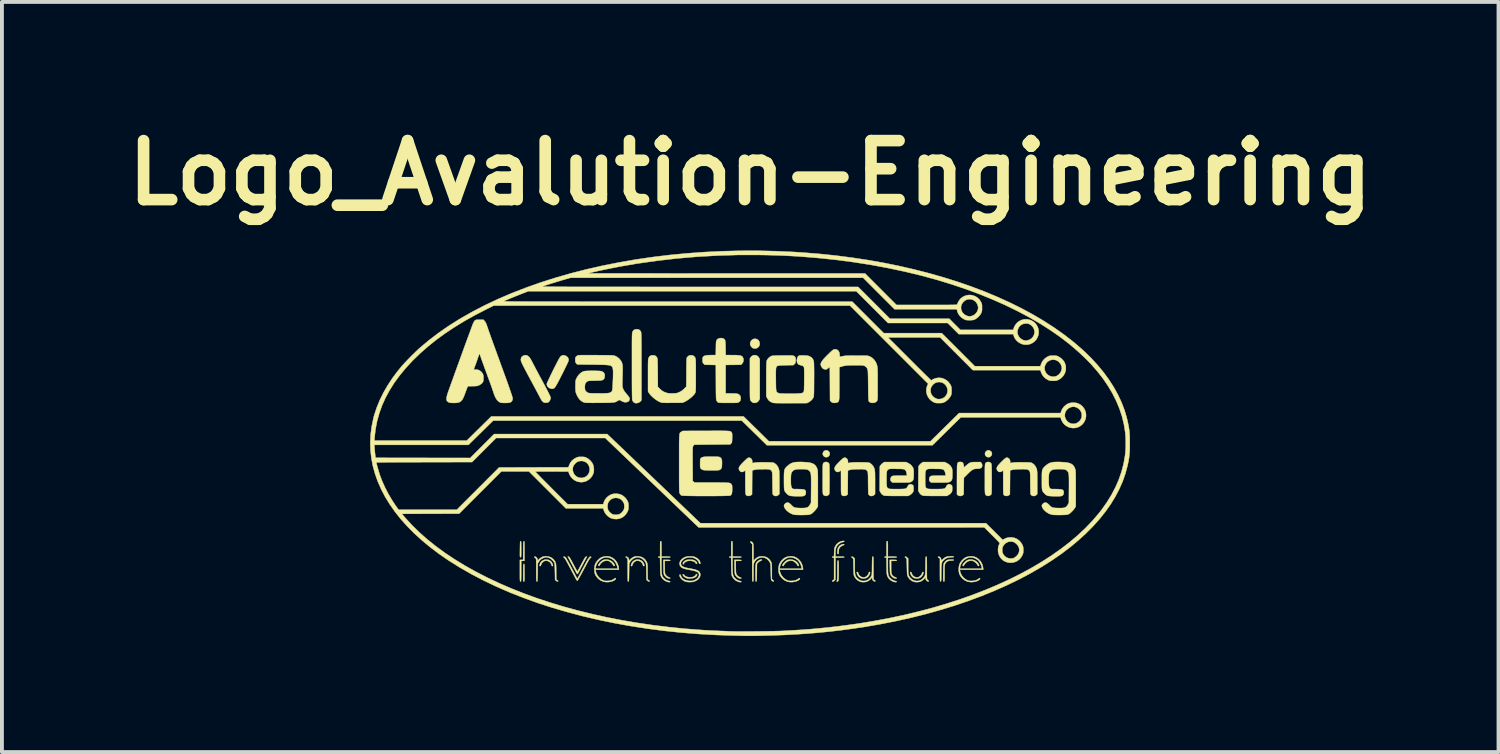
<source format=kicad_pcb>
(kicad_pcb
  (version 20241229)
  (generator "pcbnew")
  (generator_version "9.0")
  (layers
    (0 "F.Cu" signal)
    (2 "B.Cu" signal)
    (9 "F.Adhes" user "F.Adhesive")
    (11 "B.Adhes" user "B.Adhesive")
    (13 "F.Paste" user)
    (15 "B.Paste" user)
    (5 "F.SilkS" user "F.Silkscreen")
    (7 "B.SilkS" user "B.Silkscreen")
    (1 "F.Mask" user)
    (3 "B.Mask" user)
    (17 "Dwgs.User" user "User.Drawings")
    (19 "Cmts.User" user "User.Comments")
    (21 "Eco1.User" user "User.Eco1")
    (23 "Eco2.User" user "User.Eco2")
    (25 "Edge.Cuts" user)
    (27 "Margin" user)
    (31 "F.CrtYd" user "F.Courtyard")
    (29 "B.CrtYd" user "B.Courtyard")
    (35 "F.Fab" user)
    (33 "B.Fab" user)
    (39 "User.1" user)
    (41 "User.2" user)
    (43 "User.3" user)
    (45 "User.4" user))
  (footprint "Logo_Avalution-Engineering"
    (layer "F.Cu")
    (at 16.336 8.403)
    (property "Reference" "Logo_Avalution-Engineering" (at 0 -6.985 0) (layer "F.SilkS") (effects (font (size 1.524 1.524) (thickness 0.3))))
    (attr through_hole)
    (fp_poly (pts (xy 2.002 0.191) (xy 2.034 0.214) (xy 2.052 0.245) (xy 2.055 0.281) (xy 2.045 0.314) (xy 2.021 0.342) (xy 1.989 0.359) (xy 1.953 0.361) (xy 1.92 0.351) (xy 1.892 0.327) (xy 1.877 0.296) (xy 1.875 0.261) (xy 1.887 0.228) (xy 1.902 0.209) (xy 1.934 0.187) (xy 1.968 0.181) (xy 2.002 0.191)) (stroke (width 0.01) (type solid)) (fill yes) (layer "F.SilkS"))
    (fp_poly (pts (xy 6.193 0.191) (xy 6.225 0.214) (xy 6.243 0.245) (xy 6.246 0.281) (xy 6.236 0.314) (xy 6.212 0.342) (xy 6.18 0.359) (xy 6.144 0.361) (xy 6.111 0.351) (xy 6.083 0.327) (xy 6.068 0.296) (xy 6.066 0.261) (xy 6.078 0.228) (xy 6.093 0.209) (xy 6.125 0.187) (xy 6.159 0.181) (xy 6.193 0.191)) (stroke (width 0.01) (type solid)) (fill yes) (layer "F.SilkS"))
    (fp_poly (pts (xy 0.138 -2.698) (xy 0.182 -2.685) (xy 0.215 -2.659) (xy 0.237 -2.622) (xy 0.245 -2.575) (xy 0.246 -2.568) (xy 0.238 -2.524) (xy 0.216 -2.488) (xy 0.179 -2.46) (xy 0.177 -2.459) (xy 0.146 -2.45) (xy 0.11 -2.448) (xy 0.076 -2.453) (xy 0.072 -2.455) (xy 0.056 -2.465) (xy 0.036 -2.484) (xy 0.027 -2.493) (xy 0.005 -2.529) (xy -0.003 -2.568) (xy 0.002 -2.607) (xy 0.019 -2.642) (xy 0.045 -2.671) (xy 0.078 -2.691) (xy 0.118 -2.699) (xy 0.138 -2.698)) (stroke (width 0.01) (type solid)) (fill yes) (layer "F.SilkS"))
    (fp_poly (pts (xy 2.425 2.611) (xy 2.43 2.619) (xy 2.421 2.629) (xy 2.4 2.639) (xy 2.393 2.641) (xy 2.355 2.659) (xy 2.321 2.688) (xy 2.298 2.722) (xy 2.295 2.729) (xy 2.29 2.75) (xy 2.287 2.781) (xy 2.286 2.807) (xy 2.285 2.837) (xy 2.283 2.853) (xy 2.278 2.86) (xy 2.269 2.862) (xy 2.26 2.86) (xy 2.255 2.852) (xy 2.253 2.835) (xy 2.252 2.808) (xy 2.256 2.754) (xy 2.268 2.711) (xy 2.29 2.672) (xy 2.293 2.668) (xy 2.319 2.642) (xy 2.355 2.622) (xy 2.391 2.609) (xy 2.407 2.608) (xy 2.425 2.611)) (stroke (width 0.01) (type solid)) (fill yes) (layer "F.SilkS"))
    (fp_poly (pts (xy -1.374 3.382) (xy -1.372 3.391) (xy -1.379 3.42) (xy -1.401 3.448) (xy -1.434 3.471) (xy -1.437 3.472) (xy -1.468 3.483) (xy -1.51 3.491) (xy -1.555 3.495) (xy -1.597 3.495) (xy -1.63 3.491) (xy -1.634 3.489) (xy -1.673 3.473) (xy -1.706 3.452) (xy -1.73 3.428) (xy -1.743 3.406) (xy -1.744 3.398) (xy -1.739 3.388) (xy -1.726 3.388) (xy -1.712 3.396) (xy -1.704 3.407) (xy -1.687 3.429) (xy -1.658 3.445) (xy -1.614 3.459) (xy -1.599 3.462) (xy -1.55 3.467) (xy -1.503 3.462) (xy -1.46 3.448) (xy -1.427 3.426) (xy -1.41 3.403) (xy -1.397 3.386) (xy -1.384 3.379) (xy -1.374 3.382)) (stroke (width 0.01) (type solid)) (fill yes) (layer "F.SilkS"))
    (fp_poly (pts (xy -5.219 3.013) (xy -5.172 3.035) (xy -5.135 3.069) (xy -5.109 3.116) (xy -5.107 3.123) (xy -5.099 3.152) (xy -5.099 3.168) (xy -5.107 3.175) (xy -5.113 3.175) (xy -5.126 3.169) (xy -5.133 3.151) (xy -5.135 3.145) (xy -5.15 3.106) (xy -5.178 3.073) (xy -5.215 3.049) (xy -5.256 3.036) (xy -5.299 3.037) (xy -5.306 3.039) (xy -5.34 3.055) (xy -5.371 3.082) (xy -5.395 3.115) (xy -5.406 3.145) (xy -5.413 3.166) (xy -5.424 3.175) (xy -5.429 3.175) (xy -5.44 3.173) (xy -5.443 3.163) (xy -5.441 3.143) (xy -5.426 3.097) (xy -5.397 3.058) (xy -5.358 3.028) (xy -5.311 3.01) (xy -5.275 3.006) (xy -5.219 3.013)) (stroke (width 0.01) (type solid)) (fill yes) (layer "F.SilkS"))
    (fp_poly (pts (xy -2.857 3.013) (xy -2.81 3.035) (xy -2.773 3.069) (xy -2.747 3.116) (xy -2.744 3.123) (xy -2.736 3.152) (xy -2.736 3.168) (xy -2.745 3.175) (xy -2.751 3.175) (xy -2.763 3.169) (xy -2.771 3.151) (xy -2.772 3.145) (xy -2.788 3.106) (xy -2.816 3.073) (xy -2.852 3.049) (xy -2.894 3.036) (xy -2.937 3.037) (xy -2.944 3.039) (xy -2.977 3.055) (xy -3.009 3.082) (xy -3.033 3.115) (xy -3.044 3.145) (xy -3.051 3.166) (xy -3.062 3.175) (xy -3.067 3.175) (xy -3.078 3.173) (xy -3.081 3.163) (xy -3.079 3.143) (xy -3.063 3.097) (xy -3.035 3.058) (xy -2.995 3.028) (xy -2.949 3.01) (xy -2.913 3.006) (xy -2.857 3.013)) (stroke (width 0.01) (type solid)) (fill yes) (layer "F.SilkS"))
    (fp_poly (pts (xy 3.094 3.329) (xy 3.098 3.339) (xy 3.095 3.359) (xy 3.081 3.4) (xy 3.055 3.439) (xy 3.021 3.47) (xy 3.01 3.477) (xy 2.968 3.492) (xy 2.92 3.496) (xy 2.872 3.489) (xy 2.848 3.481) (xy 2.809 3.454) (xy 2.778 3.415) (xy 2.761 3.374) (xy 2.754 3.348) (xy 2.753 3.334) (xy 2.757 3.328) (xy 2.768 3.327) (xy 2.78 3.333) (xy 2.789 3.35) (xy 2.793 3.365) (xy 2.811 3.404) (xy 2.841 3.436) (xy 2.879 3.458) (xy 2.922 3.467) (xy 2.961 3.464) (xy 2.994 3.447) (xy 3.026 3.42) (xy 3.05 3.388) (xy 3.061 3.358) (xy 3.068 3.336) (xy 3.079 3.328) (xy 3.084 3.327) (xy 3.094 3.329)) (stroke (width 0.01) (type solid)) (fill yes) (layer "F.SilkS"))
    (fp_poly (pts (xy 4.475 3.329) (xy 4.478 3.339) (xy 4.475 3.359) (xy 4.461 3.4) (xy 4.435 3.439) (xy 4.401 3.47) (xy 4.39 3.477) (xy 4.348 3.492) (xy 4.3 3.496) (xy 4.252 3.489) (xy 4.228 3.481) (xy 4.189 3.454) (xy 4.158 3.415) (xy 4.141 3.374) (xy 4.134 3.348) (xy 4.133 3.334) (xy 4.137 3.328) (xy 4.148 3.327) (xy 4.16 3.333) (xy 4.169 3.35) (xy 4.173 3.365) (xy 4.191 3.404) (xy 4.221 3.436) (xy 4.26 3.458) (xy 4.302 3.467) (xy 4.341 3.464) (xy 4.374 3.447) (xy 4.406 3.42) (xy 4.43 3.388) (xy 4.441 3.358) (xy 4.448 3.336) (xy 4.459 3.328) (xy 4.464 3.327) (xy 4.475 3.329)) (stroke (width 0.01) (type solid)) (fill yes) (layer "F.SilkS"))
    (fp_poly (pts (xy -5.928 2.533) (xy -5.925 2.537) (xy -5.922 2.546) (xy -5.92 2.562) (xy -5.919 2.588) (xy -5.919 2.625) (xy -5.918 2.675) (xy -5.918 2.738) (xy -5.918 2.803) (xy -5.918 2.853) (xy -5.919 2.889) (xy -5.92 2.915) (xy -5.922 2.931) (xy -5.925 2.941) (xy -5.928 2.945) (xy -5.933 2.946) (xy -5.935 2.946) (xy -5.941 2.946) (xy -5.945 2.943) (xy -5.948 2.936) (xy -5.95 2.922) (xy -5.951 2.9) (xy -5.951 2.868) (xy -5.951 2.824) (xy -5.95 2.765) (xy -5.95 2.741) (xy -5.949 2.677) (xy -5.948 2.627) (xy -5.947 2.591) (xy -5.946 2.565) (xy -5.943 2.549) (xy -5.941 2.539) (xy -5.937 2.534) (xy -5.933 2.533) (xy -5.928 2.533)) (stroke (width 0.01) (type solid)) (fill yes) (layer "F.SilkS"))
    (fp_poly (pts (xy 0.158 -2.27) (xy 0.193 -2.25) (xy 0.222 -2.218) (xy 0.226 -2.209) (xy 0.246 -2.172) (xy 0.246 -1.147) (xy 0.226 -1.109) (xy 0.2 -1.075) (xy 0.165 -1.052) (xy 0.124 -1.041) (xy 0.083 -1.045) (xy 0.053 -1.058) (xy 0.029 -1.078) (xy 0.009 -1.102) (xy 0.008 -1.103) (xy 0.005 -1.109) (xy 0.002 -1.116) (xy -0.000397 -1.125) (xy -0.002 -1.138) (xy -0.004 -1.156) (xy -0.005 -1.18) (xy -0.006 -1.211) (xy -0.007 -1.251) (xy -0.008 -1.302) (xy -0.008 -1.363) (xy -0.008 -1.438) (xy -0.008 -1.526) (xy -0.008 -1.629) (xy -0.008 -1.66) (xy -0.008 -2.19) (xy 0.011 -2.219) (xy 0.041 -2.252) (xy 0.078 -2.271) (xy 0.118 -2.277) (xy 0.158 -2.27)) (stroke (width 0.01) (type solid)) (fill yes) (layer "F.SilkS"))
    (fp_poly (pts (xy -5.844 3.117) (xy -5.84 3.121) (xy -5.838 3.13) (xy -5.836 3.145) (xy -5.835 3.17) (xy -5.834 3.205) (xy -5.834 3.253) (xy -5.834 3.315) (xy -5.834 3.344) (xy -5.834 3.412) (xy -5.834 3.465) (xy -5.834 3.505) (xy -5.835 3.534) (xy -5.837 3.553) (xy -5.839 3.564) (xy -5.842 3.57) (xy -5.846 3.573) (xy -5.851 3.573) (xy -5.856 3.572) (xy -5.86 3.57) (xy -5.863 3.563) (xy -5.865 3.55) (xy -5.866 3.529) (xy -5.866 3.499) (xy -5.866 3.457) (xy -5.866 3.401) (xy -5.865 3.347) (xy -5.865 3.279) (xy -5.864 3.226) (xy -5.863 3.186) (xy -5.861 3.157) (xy -5.859 3.138) (xy -5.857 3.126) (xy -5.854 3.12) (xy -5.849 3.118) (xy -5.848 3.117) (xy -5.844 3.117)) (stroke (width 0.01) (type solid)) (fill yes) (layer "F.SilkS"))
    (fp_poly (pts (xy -1.516 3.011) (xy -1.486 3.013) (xy -1.463 3.019) (xy -1.44 3.028) (xy -1.437 3.03) (xy -1.412 3.046) (xy -1.391 3.065) (xy -1.377 3.085) (xy -1.372 3.101) (xy -1.376 3.113) (xy -1.387 3.116) (xy -1.402 3.109) (xy -1.413 3.094) (xy -1.43 3.073) (xy -1.461 3.055) (xy -1.5 3.043) (xy -1.544 3.036) (xy -1.554 3.036) (xy -1.611 3.041) (xy -1.659 3.057) (xy -1.694 3.084) (xy -1.707 3.1) (xy -1.72 3.119) (xy -1.729 3.131) (xy -1.731 3.133) (xy -1.736 3.126) (xy -1.74 3.115) (xy -1.739 3.092) (xy -1.723 3.067) (xy -1.694 3.042) (xy -1.676 3.031) (xy -1.655 3.021) (xy -1.636 3.014) (xy -1.611 3.011) (xy -1.577 3.01) (xy -1.558 3.01) (xy -1.516 3.011)) (stroke (width 0.01) (type solid)) (fill yes) (layer "F.SilkS"))
    (fp_poly (pts (xy -3.665 3.011) (xy -3.61 3.031) (xy -3.562 3.064) (xy -3.523 3.108) (xy -3.512 3.127) (xy -3.502 3.149) (xy -3.501 3.161) (xy -3.507 3.168) (xy -3.52 3.174) (xy -3.529 3.169) (xy -3.539 3.151) (xy -3.539 3.15) (xy -3.557 3.122) (xy -3.585 3.092) (xy -3.618 3.065) (xy -3.651 3.045) (xy -3.667 3.039) (xy -3.718 3.034) (xy -3.769 3.044) (xy -3.817 3.068) (xy -3.858 3.104) (xy -3.879 3.133) (xy -3.894 3.155) (xy -3.903 3.171) (xy -3.907 3.175) (xy -3.913 3.171) (xy -3.92 3.167) (xy -3.927 3.16) (xy -3.926 3.149) (xy -3.917 3.129) (xy -3.916 3.128) (xy -3.896 3.099) (xy -3.866 3.068) (xy -3.834 3.041) (xy -3.802 3.021) (xy -3.786 3.014) (xy -3.725 3.005) (xy -3.665 3.011)) (stroke (width 0.01) (type solid)) (fill yes) (layer "F.SilkS"))
    (fp_poly (pts (xy 1.093 3.011) (xy 1.148 3.031) (xy 1.197 3.064) (xy 1.235 3.108) (xy 1.246 3.127) (xy 1.256 3.149) (xy 1.257 3.161) (xy 1.252 3.168) (xy 1.238 3.174) (xy 1.229 3.169) (xy 1.22 3.151) (xy 1.219 3.15) (xy 1.202 3.122) (xy 1.174 3.092) (xy 1.141 3.065) (xy 1.108 3.045) (xy 1.092 3.039) (xy 1.04 3.034) (xy 0.989 3.044) (xy 0.941 3.068) (xy 0.9 3.104) (xy 0.879 3.133) (xy 0.865 3.155) (xy 0.855 3.171) (xy 0.852 3.175) (xy 0.845 3.171) (xy 0.838 3.167) (xy 0.831 3.16) (xy 0.832 3.149) (xy 0.842 3.129) (xy 0.842 3.128) (xy 0.863 3.099) (xy 0.892 3.068) (xy 0.925 3.041) (xy 0.956 3.021) (xy 0.972 3.014) (xy 1.034 3.005) (xy 1.093 3.011)) (stroke (width 0.01) (type solid)) (fill yes) (layer "F.SilkS"))
    (fp_poly (pts (xy 5.75 3.011) (xy 5.805 3.031) (xy 5.853 3.064) (xy 5.892 3.108) (xy 5.903 3.127) (xy 5.913 3.149) (xy 5.914 3.161) (xy 5.908 3.168) (xy 5.895 3.174) (xy 5.886 3.169) (xy 5.876 3.151) (xy 5.876 3.15) (xy 5.858 3.122) (xy 5.83 3.092) (xy 5.797 3.065) (xy 5.764 3.045) (xy 5.748 3.039) (xy 5.697 3.034) (xy 5.646 3.044) (xy 5.598 3.068) (xy 5.557 3.104) (xy 5.536 3.133) (xy 5.521 3.155) (xy 5.512 3.171) (xy 5.508 3.175) (xy 5.502 3.171) (xy 5.495 3.167) (xy 5.488 3.16) (xy 5.489 3.149) (xy 5.498 3.129) (xy 5.499 3.128) (xy 5.519 3.099) (xy 5.549 3.068) (xy 5.581 3.041) (xy 5.613 3.021) (xy 5.629 3.014) (xy 5.69 3.005) (xy 5.75 3.011)) (stroke (width 0.01) (type solid)) (fill yes) (layer "F.SilkS"))
    (fp_poly (pts (xy -2.115 3.015) (xy -2.088 3.016) (xy -2.073 3.019) (xy -2.067 3.023) (xy -2.066 3.027) (xy -2.069 3.033) (xy -2.08 3.037) (xy -2.102 3.039) (xy -2.138 3.04) (xy -2.21 3.04) (xy -2.21 3.19) (xy -2.209 3.241) (xy -2.208 3.288) (xy -2.206 3.327) (xy -2.204 3.356) (xy -2.201 3.369) (xy -2.183 3.405) (xy -2.153 3.437) (xy -2.115 3.459) (xy -2.103 3.463) (xy -2.079 3.473) (xy -2.067 3.483) (xy -2.068 3.492) (xy -2.083 3.496) (xy -2.089 3.496) (xy -2.114 3.493) (xy -2.138 3.485) (xy -2.178 3.459) (xy -2.212 3.422) (xy -2.224 3.403) (xy -2.229 3.391) (xy -2.233 3.376) (xy -2.236 3.356) (xy -2.239 3.329) (xy -2.24 3.291) (xy -2.241 3.24) (xy -2.242 3.194) (xy -2.245 3.014) (xy -2.155 3.014) (xy -2.115 3.015)) (stroke (width 0.01) (type solid)) (fill yes) (layer "F.SilkS"))
    (fp_poly (pts (xy -0.277 3.015) (xy -0.251 3.016) (xy -0.236 3.019) (xy -0.229 3.023) (xy -0.229 3.027) (xy -0.232 3.033) (xy -0.243 3.037) (xy -0.265 3.039) (xy -0.301 3.04) (xy -0.373 3.04) (xy -0.373 3.19) (xy -0.372 3.241) (xy -0.371 3.288) (xy -0.369 3.327) (xy -0.366 3.356) (xy -0.364 3.369) (xy -0.346 3.405) (xy -0.316 3.437) (xy -0.278 3.459) (xy -0.266 3.463) (xy -0.242 3.473) (xy -0.23 3.483) (xy -0.231 3.492) (xy -0.245 3.496) (xy -0.252 3.496) (xy -0.277 3.493) (xy -0.301 3.485) (xy -0.34 3.459) (xy -0.374 3.422) (xy -0.387 3.403) (xy -0.392 3.391) (xy -0.396 3.376) (xy -0.399 3.356) (xy -0.401 3.329) (xy -0.403 3.291) (xy -0.404 3.24) (xy -0.405 3.194) (xy -0.408 3.014) (xy -0.318 3.014) (xy -0.277 3.015)) (stroke (width 0.01) (type solid)) (fill yes) (layer "F.SilkS"))
    (fp_poly (pts (xy 3.736 3.015) (xy 3.762 3.016) (xy 3.777 3.019) (xy 3.784 3.023) (xy 3.785 3.027) (xy 3.782 3.033) (xy 3.77 3.037) (xy 3.748 3.039) (xy 3.713 3.04) (xy 3.641 3.04) (xy 3.641 3.19) (xy 3.641 3.241) (xy 3.642 3.288) (xy 3.644 3.327) (xy 3.647 3.356) (xy 3.649 3.369) (xy 3.667 3.405) (xy 3.698 3.437) (xy 3.735 3.459) (xy 3.747 3.463) (xy 3.771 3.473) (xy 3.783 3.483) (xy 3.783 3.492) (xy 3.768 3.496) (xy 3.761 3.496) (xy 3.736 3.493) (xy 3.713 3.485) (xy 3.673 3.459) (xy 3.639 3.422) (xy 3.627 3.403) (xy 3.621 3.391) (xy 3.617 3.376) (xy 3.614 3.356) (xy 3.612 3.329) (xy 3.61 3.291) (xy 3.609 3.24) (xy 3.608 3.194) (xy 3.606 3.014) (xy 3.695 3.014) (xy 3.736 3.015)) (stroke (width 0.01) (type solid)) (fill yes) (layer "F.SilkS"))
    (fp_poly (pts (xy 0.301 3.009) (xy 0.304 3.017) (xy 0.294 3.027) (xy 0.271 3.039) (xy 0.263 3.042) (xy 0.22 3.065) (xy 0.197 3.088) (xy 0.174 3.119) (xy 0.171 3.346) (xy 0.17 3.414) (xy 0.169 3.466) (xy 0.168 3.506) (xy 0.167 3.534) (xy 0.165 3.553) (xy 0.163 3.565) (xy 0.16 3.571) (xy 0.155 3.573) (xy 0.152 3.573) (xy 0.147 3.572) (xy 0.143 3.569) (xy 0.14 3.562) (xy 0.138 3.548) (xy 0.137 3.526) (xy 0.136 3.493) (xy 0.136 3.449) (xy 0.135 3.39) (xy 0.135 3.352) (xy 0.136 3.281) (xy 0.136 3.225) (xy 0.138 3.181) (xy 0.14 3.147) (xy 0.144 3.122) (xy 0.15 3.102) (xy 0.158 3.086) (xy 0.169 3.072) (xy 0.181 3.058) (xy 0.206 3.037) (xy 0.238 3.019) (xy 0.269 3.008) (xy 0.283 3.006) (xy 0.301 3.009)) (stroke (width 0.01) (type solid)) (fill yes) (layer "F.SilkS"))
    (fp_poly (pts (xy 2.274 3.032) (xy 2.278 3.034) (xy 2.281 3.041) (xy 2.283 3.053) (xy 2.284 3.074) (xy 2.285 3.103) (xy 2.286 3.144) (xy 2.286 3.198) (xy 2.286 3.266) (xy 2.286 3.28) (xy 2.286 3.348) (xy 2.285 3.409) (xy 2.284 3.462) (xy 2.282 3.505) (xy 2.28 3.535) (xy 2.278 3.551) (xy 2.278 3.551) (xy 2.265 3.569) (xy 2.249 3.573) (xy 2.235 3.572) (xy 2.233 3.565) (xy 2.24 3.55) (xy 2.244 3.539) (xy 2.246 3.523) (xy 2.249 3.5) (xy 2.25 3.467) (xy 2.251 3.422) (xy 2.252 3.365) (xy 2.252 3.292) (xy 2.252 3.279) (xy 2.252 3.208) (xy 2.252 3.152) (xy 2.253 3.109) (xy 2.254 3.078) (xy 2.255 3.056) (xy 2.257 3.042) (xy 2.26 3.035) (xy 2.264 3.032) (xy 2.268 3.031) (xy 2.269 3.031) (xy 2.274 3.032)) (stroke (width 0.01) (type solid)) (fill yes) (layer "F.SilkS"))
    (fp_poly (pts (xy -5.844 2.533) (xy -5.841 2.537) (xy -5.838 2.545) (xy -5.836 2.56) (xy -5.835 2.583) (xy -5.834 2.617) (xy -5.834 2.663) (xy -5.834 2.722) (xy -5.834 2.785) (xy -5.834 3.04) (xy -5.918 3.04) (xy -5.918 3.306) (xy -5.918 3.38) (xy -5.918 3.439) (xy -5.919 3.485) (xy -5.92 3.519) (xy -5.921 3.542) (xy -5.923 3.558) (xy -5.925 3.567) (xy -5.928 3.571) (xy -5.933 3.573) (xy -5.935 3.573) (xy -5.94 3.572) (xy -5.943 3.57) (xy -5.946 3.564) (xy -5.948 3.552) (xy -5.95 3.533) (xy -5.951 3.505) (xy -5.952 3.467) (xy -5.952 3.416) (xy -5.952 3.352) (xy -5.952 3.294) (xy -5.952 3.014) (xy -5.868 3.014) (xy -5.865 2.775) (xy -5.865 2.705) (xy -5.864 2.65) (xy -5.863 2.608) (xy -5.862 2.578) (xy -5.86 2.557) (xy -5.857 2.544) (xy -5.854 2.537) (xy -5.85 2.534) (xy -5.848 2.533) (xy -5.844 2.533)) (stroke (width 0.01) (type solid)) (fill yes) (layer "F.SilkS"))
    (fp_poly (pts (xy -4.801 -2.27) (xy -4.786 -2.266) (xy -4.741 -2.244) (xy -4.71 -2.214) (xy -4.695 -2.176) (xy -4.693 -2.166) (xy -4.692 -2.154) (xy -4.694 -2.141) (xy -4.698 -2.126) (xy -4.705 -2.105) (xy -4.717 -2.078) (xy -4.733 -2.042) (xy -4.756 -1.996) (xy -4.785 -1.937) (xy -4.796 -1.913) (xy -4.847 -1.811) (xy -4.892 -1.723) (xy -4.93 -1.648) (xy -4.963 -1.586) (xy -4.99 -1.535) (xy -5.013 -1.495) (xy -5.032 -1.464) (xy -5.047 -1.442) (xy -5.059 -1.428) (xy -5.067 -1.421) (xy -5.105 -1.407) (xy -5.148 -1.409) (xy -5.19 -1.425) (xy -5.225 -1.451) (xy -5.248 -1.486) (xy -5.258 -1.525) (xy -5.258 -1.529) (xy -5.254 -1.542) (xy -5.244 -1.569) (xy -5.227 -1.606) (xy -5.206 -1.653) (xy -5.18 -1.707) (xy -5.152 -1.766) (xy -5.121 -1.829) (xy -5.09 -1.893) (xy -5.058 -1.957) (xy -5.026 -2.019) (xy -4.997 -2.076) (xy -4.97 -2.127) (xy -4.946 -2.17) (xy -4.94 -2.182) (xy -4.919 -2.216) (xy -4.904 -2.238) (xy -4.889 -2.252) (xy -4.873 -2.262) (xy -4.864 -2.265) (xy -4.84 -2.273) (xy -4.822 -2.275) (xy -4.801 -2.27)) (stroke (width 0.01) (type solid)) (fill yes) (layer "F.SilkS"))
    (fp_poly (pts (xy 1.991 0.488) (xy 2.023 0.508) (xy 2.034 0.52) (xy 2.037 0.525) (xy 2.04 0.533) (xy 2.043 0.545) (xy 2.044 0.562) (xy 2.046 0.586) (xy 2.047 0.619) (xy 2.048 0.662) (xy 2.048 0.716) (xy 2.048 0.783) (xy 2.049 0.865) (xy 2.049 0.923) (xy 2.049 1.014) (xy 2.048 1.09) (xy 2.048 1.152) (xy 2.047 1.202) (xy 2.047 1.241) (xy 2.045 1.27) (xy 2.044 1.291) (xy 2.042 1.306) (xy 2.039 1.316) (xy 2.036 1.323) (xy 2.034 1.326) (xy 2.005 1.35) (xy 1.97 1.362) (xy 1.935 1.36) (xy 1.918 1.353) (xy 1.907 1.347) (xy 1.898 1.342) (xy 1.891 1.335) (xy 1.885 1.324) (xy 1.881 1.31) (xy 1.877 1.29) (xy 1.875 1.262) (xy 1.873 1.225) (xy 1.872 1.178) (xy 1.872 1.119) (xy 1.872 1.047) (xy 1.872 0.959) (xy 1.872 0.923) (xy 1.872 0.83) (xy 1.872 0.752) (xy 1.872 0.688) (xy 1.873 0.636) (xy 1.874 0.596) (xy 1.876 0.565) (xy 1.879 0.542) (xy 1.884 0.525) (xy 1.889 0.514) (xy 1.896 0.506) (xy 1.904 0.5) (xy 1.915 0.494) (xy 1.919 0.492) (xy 1.955 0.483) (xy 1.991 0.488)) (stroke (width 0.01) (type solid)) (fill yes) (layer "F.SilkS"))
    (fp_poly (pts (xy 6.182 0.488) (xy 6.214 0.508) (xy 6.225 0.52) (xy 6.228 0.525) (xy 6.231 0.533) (xy 6.234 0.545) (xy 6.235 0.562) (xy 6.237 0.586) (xy 6.238 0.619) (xy 6.239 0.662) (xy 6.239 0.716) (xy 6.239 0.783) (xy 6.24 0.865) (xy 6.24 0.923) (xy 6.24 1.014) (xy 6.239 1.09) (xy 6.239 1.152) (xy 6.238 1.202) (xy 6.238 1.241) (xy 6.236 1.27) (xy 6.235 1.291) (xy 6.233 1.306) (xy 6.23 1.316) (xy 6.227 1.323) (xy 6.225 1.326) (xy 6.196 1.35) (xy 6.161 1.362) (xy 6.126 1.36) (xy 6.109 1.353) (xy 6.098 1.347) (xy 6.089 1.342) (xy 6.082 1.335) (xy 6.076 1.324) (xy 6.072 1.31) (xy 6.068 1.29) (xy 6.066 1.262) (xy 6.064 1.225) (xy 6.063 1.178) (xy 6.063 1.119) (xy 6.063 1.047) (xy 6.063 0.959) (xy 6.063 0.923) (xy 6.063 0.83) (xy 6.063 0.752) (xy 6.063 0.688) (xy 6.064 0.636) (xy 6.065 0.596) (xy 6.067 0.565) (xy 6.07 0.542) (xy 6.075 0.525) (xy 6.08 0.514) (xy 6.087 0.506) (xy 6.095 0.5) (xy 6.106 0.494) (xy 6.11 0.492) (xy 6.146 0.483) (xy 6.182 0.488)) (stroke (width 0.01) (type solid)) (fill yes) (layer "F.SilkS"))
    (fp_poly (pts (xy -0.942 0.347) (xy -0.893 0.348) (xy -0.857 0.349) (xy -0.83 0.35) (xy -0.811 0.353) (xy -0.798 0.356) (xy -0.787 0.361) (xy -0.781 0.364) (xy -0.76 0.38) (xy -0.744 0.399) (xy -0.735 0.424) (xy -0.73 0.458) (xy -0.729 0.505) (xy -0.73 0.532) (xy -0.731 0.576) (xy -0.734 0.607) (xy -0.737 0.628) (xy -0.743 0.644) (xy -0.751 0.658) (xy -0.752 0.658) (xy -0.779 0.683) (xy -0.803 0.694) (xy -0.825 0.697) (xy -0.86 0.7) (xy -0.906 0.702) (xy -0.957 0.703) (xy -1.013 0.703) (xy -1.068 0.702) (xy -1.119 0.7) (xy -1.164 0.698) (xy -1.2 0.694) (xy -1.222 0.691) (xy -1.223 0.69) (xy -1.25 0.677) (xy -1.273 0.659) (xy -1.276 0.656) (xy -1.284 0.646) (xy -1.289 0.634) (xy -1.293 0.618) (xy -1.295 0.595) (xy -1.295 0.56) (xy -1.295 0.522) (xy -1.295 0.476) (xy -1.294 0.443) (xy -1.292 0.421) (xy -1.289 0.407) (xy -1.283 0.397) (xy -1.277 0.39) (xy -1.264 0.377) (xy -1.249 0.367) (xy -1.232 0.36) (xy -1.208 0.354) (xy -1.177 0.351) (xy -1.136 0.348) (xy -1.082 0.347) (xy -1.014 0.347) (xy -1.006 0.347) (xy -0.942 0.347)) (stroke (width 0.01) (type solid)) (fill yes) (layer "F.SilkS"))
    (fp_poly (pts (xy 5.24 3.007) (xy 5.252 3.009) (xy 5.257 3.014) (xy 5.258 3.018) (xy 5.255 3.025) (xy 5.243 3.029) (xy 5.219 3.031) (xy 5.204 3.031) (xy 5.15 3.035) (xy 5.108 3.046) (xy 5.074 3.067) (xy 5.068 3.072) (xy 5.055 3.086) (xy 5.044 3.1) (xy 5.035 3.116) (xy 5.029 3.137) (xy 5.025 3.164) (xy 5.023 3.201) (xy 5.021 3.248) (xy 5.021 3.309) (xy 5.021 3.361) (xy 5.021 3.426) (xy 5.02 3.476) (xy 5.02 3.514) (xy 5.019 3.54) (xy 5.017 3.557) (xy 5.015 3.567) (xy 5.011 3.571) (xy 5.006 3.573) (xy 5.003 3.573) (xy 4.998 3.573) (xy 4.994 3.57) (xy 4.991 3.563) (xy 4.989 3.551) (xy 4.988 3.531) (xy 4.987 3.501) (xy 4.987 3.459) (xy 4.988 3.404) (xy 4.988 3.351) (xy 4.989 3.283) (xy 4.99 3.231) (xy 4.991 3.191) (xy 4.993 3.161) (xy 4.995 3.14) (xy 4.998 3.124) (xy 5.002 3.111) (xy 5.007 3.1) (xy 5.012 3.093) (xy 5.032 3.065) (xy 5.058 3.039) (xy 5.066 3.033) (xy 5.084 3.022) (xy 5.102 3.015) (xy 5.125 3.01) (xy 5.158 3.008) (xy 5.179 3.007) (xy 5.216 3.006) (xy 5.24 3.007)) (stroke (width 0.01) (type solid)) (fill yes) (layer "F.SilkS"))
    (fp_poly (pts (xy 5.453 0.485) (xy 5.477 0.49) (xy 5.479 0.492) (xy 5.497 0.51) (xy 5.511 0.539) (xy 5.519 0.575) (xy 5.52 0.593) (xy 5.52 0.627) (xy 5.58 0.576) (xy 5.618 0.544) (xy 5.65 0.52) (xy 5.679 0.504) (xy 5.708 0.494) (xy 5.744 0.489) (xy 5.788 0.487) (xy 5.832 0.487) (xy 5.954 0.487) (xy 5.974 0.511) (xy 5.989 0.54) (xy 5.995 0.576) (xy 5.989 0.61) (xy 5.985 0.619) (xy 5.965 0.639) (xy 5.931 0.653) (xy 5.884 0.66) (xy 5.857 0.66) (xy 5.819 0.662) (xy 5.786 0.668) (xy 5.755 0.68) (xy 5.724 0.699) (xy 5.688 0.727) (xy 5.647 0.766) (xy 5.616 0.797) (xy 5.521 0.893) (xy 5.519 1.108) (xy 5.516 1.322) (xy 5.492 1.343) (xy 5.463 1.359) (xy 5.427 1.364) (xy 5.393 1.359) (xy 5.365 1.344) (xy 5.363 1.342) (xy 5.342 1.322) (xy 5.342 0.931) (xy 5.343 0.837) (xy 5.343 0.758) (xy 5.343 0.693) (xy 5.344 0.641) (xy 5.345 0.599) (xy 5.347 0.567) (xy 5.35 0.543) (xy 5.354 0.526) (xy 5.358 0.514) (xy 5.363 0.505) (xy 5.37 0.498) (xy 5.376 0.493) (xy 5.395 0.486) (xy 5.423 0.483) (xy 5.453 0.485)) (stroke (width 0.01) (type solid)) (fill yes) (layer "F.SilkS"))
    (fp_poly (pts (xy 2.426 2.526) (xy 2.43 2.533) (xy 2.43 2.534) (xy 2.422 2.545) (xy 2.399 2.552) (xy 2.398 2.552) (xy 2.338 2.571) (xy 2.286 2.605) (xy 2.263 2.627) (xy 2.237 2.66) (xy 2.219 2.698) (xy 2.208 2.742) (xy 2.202 2.797) (xy 2.201 2.842) (xy 2.201 2.929) (xy 2.316 2.929) (xy 2.362 2.93) (xy 2.395 2.931) (xy 2.415 2.933) (xy 2.426 2.936) (xy 2.43 2.941) (xy 2.43 2.942) (xy 2.428 2.947) (xy 2.419 2.951) (xy 2.401 2.953) (xy 2.372 2.954) (xy 2.329 2.955) (xy 2.316 2.955) (xy 2.201 2.955) (xy 2.201 3.521) (xy 2.179 3.547) (xy 2.162 3.563) (xy 2.142 3.572) (xy 2.126 3.573) (xy 2.117 3.566) (xy 2.117 3.562) (xy 2.123 3.551) (xy 2.14 3.539) (xy 2.142 3.537) (xy 2.167 3.523) (xy 2.167 2.955) (xy 2.142 2.955) (xy 2.122 2.951) (xy 2.117 2.942) (xy 2.124 2.932) (xy 2.141 2.929) (xy 2.165 2.929) (xy 2.169 2.821) (xy 2.171 2.775) (xy 2.173 2.741) (xy 2.177 2.715) (xy 2.183 2.694) (xy 2.192 2.674) (xy 2.196 2.665) (xy 2.23 2.612) (xy 2.276 2.57) (xy 2.331 2.54) (xy 2.388 2.526) (xy 2.414 2.524) (xy 2.426 2.526)) (stroke (width 0.01) (type solid)) (fill yes) (layer "F.SilkS"))
    (fp_poly (pts (xy 5.22 2.922) (xy 5.243 2.923) (xy 5.254 2.927) (xy 5.258 2.933) (xy 5.258 2.934) (xy 5.254 2.941) (xy 5.242 2.945) (xy 5.216 2.946) (xy 5.2 2.946) (xy 5.132 2.952) (xy 5.074 2.969) (xy 5.026 2.998) (xy 5.015 3.008) (xy 4.994 3.027) (xy 4.978 3.045) (xy 4.965 3.063) (xy 4.955 3.083) (xy 4.949 3.108) (xy 4.944 3.14) (xy 4.941 3.181) (xy 4.939 3.233) (xy 4.938 3.298) (xy 4.938 3.342) (xy 4.937 3.411) (xy 4.936 3.464) (xy 4.935 3.504) (xy 4.934 3.533) (xy 4.932 3.553) (xy 4.929 3.564) (xy 4.926 3.57) (xy 4.922 3.573) (xy 4.919 3.573) (xy 4.914 3.572) (xy 4.911 3.57) (xy 4.908 3.563) (xy 4.906 3.551) (xy 4.904 3.532) (xy 4.903 3.504) (xy 4.903 3.466) (xy 4.902 3.415) (xy 4.902 3.351) (xy 4.902 3.276) (xy 4.902 2.979) (xy 4.877 2.965) (xy 4.858 2.951) (xy 4.852 2.938) (xy 4.861 2.931) (xy 4.872 2.929) (xy 4.894 2.937) (xy 4.915 2.956) (xy 4.93 2.982) (xy 4.936 3.009) (xy 4.936 3.036) (xy 4.981 2.993) (xy 5.019 2.961) (xy 5.057 2.94) (xy 5.1 2.927) (xy 5.154 2.922) (xy 5.183 2.921) (xy 5.22 2.922)) (stroke (width 0.01) (type solid)) (fill yes) (layer "F.SilkS"))
    (fp_poly (pts (xy -4.689 2.931) (xy -4.681 2.936) (xy -4.672 2.946) (xy -4.661 2.963) (xy -4.645 2.989) (xy -4.625 3.025) (xy -4.599 3.073) (xy -4.572 3.125) (xy -4.54 3.185) (xy -4.515 3.231) (xy -4.496 3.265) (xy -4.482 3.288) (xy -4.472 3.302) (xy -4.465 3.308) (xy -4.461 3.308) (xy -4.459 3.305) (xy -4.452 3.293) (xy -4.439 3.269) (xy -4.42 3.234) (xy -4.398 3.191) (xy -4.372 3.143) (xy -4.355 3.112) (xy -4.325 3.055) (xy -4.302 3.012) (xy -4.284 2.98) (xy -4.27 2.958) (xy -4.259 2.944) (xy -4.251 2.936) (xy -4.243 2.932) (xy -4.237 2.931) (xy -4.221 2.93) (xy -4.219 2.935) (xy -4.222 2.939) (xy -4.229 2.95) (xy -4.242 2.973) (xy -4.26 3.007) (xy -4.284 3.05) (xy -4.31 3.1) (xy -4.339 3.155) (xy -4.343 3.162) (xy -4.373 3.217) (xy -4.399 3.268) (xy -4.423 3.311) (xy -4.442 3.346) (xy -4.455 3.37) (xy -4.462 3.381) (xy -4.462 3.381) (xy -4.469 3.379) (xy -4.481 3.365) (xy -4.49 3.352) (xy -4.5 3.333) (xy -4.516 3.302) (xy -4.538 3.262) (xy -4.562 3.216) (xy -4.589 3.166) (xy -4.597 3.15) (xy -4.624 3.1) (xy -4.649 3.053) (xy -4.67 3.013) (xy -4.687 2.981) (xy -4.698 2.961) (xy -4.701 2.957) (xy -4.717 2.929) (xy -4.696 2.929) (xy -4.689 2.931)) (stroke (width 0.01) (type solid)) (fill yes) (layer "F.SilkS"))
    (fp_poly (pts (xy -2.888 -2.941) (xy -2.856 -2.925) (xy -2.832 -2.895) (xy -2.827 -2.886) (xy -2.825 -2.881) (xy -2.822 -2.874) (xy -2.82 -2.866) (xy -2.819 -2.854) (xy -2.817 -2.839) (xy -2.816 -2.819) (xy -2.815 -2.793) (xy -2.814 -2.76) (xy -2.813 -2.719) (xy -2.812 -2.67) (xy -2.812 -2.61) (xy -2.811 -2.54) (xy -2.811 -2.457) (xy -2.811 -2.362) (xy -2.811 -2.253) (xy -2.811 -2.129) (xy -2.811 -1.989) (xy -2.811 -1.111) (xy -2.829 -1.088) (xy -2.859 -1.062) (xy -2.897 -1.043) (xy -2.937 -1.035) (xy -2.975 -1.038) (xy -2.985 -1.041) (xy -3.01 -1.058) (xy -3.033 -1.085) (xy -3.047 -1.112) (xy -3.049 -1.124) (xy -3.051 -1.15) (xy -3.052 -1.192) (xy -3.053 -1.248) (xy -3.054 -1.32) (xy -3.055 -1.407) (xy -3.056 -1.511) (xy -3.056 -1.63) (xy -3.056 -1.766) (xy -3.056 -1.918) (xy -3.056 -1.992) (xy -3.056 -2.131) (xy -3.056 -2.254) (xy -3.056 -2.363) (xy -3.056 -2.457) (xy -3.056 -2.539) (xy -3.056 -2.608) (xy -3.055 -2.667) (xy -3.055 -2.716) (xy -3.054 -2.757) (xy -3.053 -2.789) (xy -3.052 -2.815) (xy -3.051 -2.834) (xy -3.049 -2.85) (xy -3.047 -2.861) (xy -3.045 -2.869) (xy -3.042 -2.876) (xy -3.04 -2.883) (xy -3.039 -2.885) (xy -3.017 -2.917) (xy -2.987 -2.937) (xy -2.947 -2.946) (xy -2.93 -2.946) (xy -2.888 -2.941)) (stroke (width 0.01) (type solid)) (fill yes) (layer "F.SilkS"))
    (fp_poly (pts (xy -5.779 -2.273) (xy -5.744 -2.256) (xy -5.71 -2.225) (xy -5.676 -2.178) (xy -5.641 -2.115) (xy -5.635 -2.102) (xy -5.621 -2.075) (xy -5.601 -2.036) (xy -5.575 -1.987) (xy -5.545 -1.929) (xy -5.512 -1.867) (xy -5.477 -1.801) (xy -5.449 -1.749) (xy -5.39 -1.64) (xy -5.34 -1.546) (xy -5.296 -1.464) (xy -5.259 -1.394) (xy -5.229 -1.336) (xy -5.205 -1.288) (xy -5.186 -1.249) (xy -5.172 -1.219) (xy -5.163 -1.197) (xy -5.158 -1.182) (xy -5.156 -1.172) (xy -5.161 -1.145) (xy -5.173 -1.114) (xy -5.19 -1.085) (xy -5.207 -1.065) (xy -5.21 -1.063) (xy -5.238 -1.051) (xy -5.275 -1.046) (xy -5.31 -1.047) (xy -5.323 -1.05) (xy -5.354 -1.068) (xy -5.385 -1.1) (xy -5.414 -1.147) (xy -5.423 -1.165) (xy -5.433 -1.184) (xy -5.449 -1.215) (xy -5.471 -1.257) (xy -5.499 -1.309) (xy -5.53 -1.368) (xy -5.564 -1.432) (xy -5.601 -1.5) (xy -5.614 -1.524) (xy -5.671 -1.631) (xy -5.721 -1.724) (xy -5.765 -1.805) (xy -5.801 -1.873) (xy -5.832 -1.932) (xy -5.857 -1.98) (xy -5.877 -2.02) (xy -5.893 -2.053) (xy -5.905 -2.08) (xy -5.914 -2.101) (xy -5.92 -2.118) (xy -5.924 -2.132) (xy -5.926 -2.143) (xy -5.927 -2.154) (xy -5.927 -2.161) (xy -5.921 -2.202) (xy -5.903 -2.234) (xy -5.871 -2.258) (xy -5.855 -2.265) (xy -5.816 -2.276) (xy -5.779 -2.273)) (stroke (width 0.01) (type solid)) (fill yes) (layer "F.SilkS"))
    (fp_poly (pts (xy -4.786 2.939) (xy -4.768 2.954) (xy -4.758 2.967) (xy -4.743 2.993) (xy -4.721 3.031) (xy -4.695 3.077) (xy -4.665 3.131) (xy -4.633 3.191) (xy -4.606 3.242) (xy -4.468 3.505) (xy -4.428 3.431) (xy -4.413 3.402) (xy -4.391 3.362) (xy -4.365 3.312) (xy -4.336 3.258) (xy -4.306 3.201) (xy -4.288 3.167) (xy -4.251 3.097) (xy -4.22 3.041) (xy -4.194 2.998) (xy -4.173 2.967) (xy -4.156 2.946) (xy -4.142 2.934) (xy -4.13 2.931) (xy -4.126 2.931) (xy -4.111 2.938) (xy -4.112 2.95) (xy -4.128 2.963) (xy -4.13 2.964) (xy -4.138 2.971) (xy -4.15 2.986) (xy -4.165 3.01) (xy -4.185 3.044) (xy -4.21 3.089) (xy -4.241 3.146) (xy -4.278 3.216) (xy -4.305 3.267) (xy -4.339 3.331) (xy -4.371 3.39) (xy -4.4 3.443) (xy -4.425 3.488) (xy -4.445 3.522) (xy -4.459 3.546) (xy -4.467 3.556) (xy -4.467 3.556) (xy -4.475 3.549) (xy -4.489 3.53) (xy -4.506 3.503) (xy -4.515 3.486) (xy -4.529 3.46) (xy -4.549 3.422) (xy -4.575 3.374) (xy -4.603 3.319) (xy -4.634 3.26) (xy -4.666 3.2) (xy -4.67 3.193) (xy -4.708 3.121) (xy -4.74 3.063) (xy -4.765 3.019) (xy -4.784 2.988) (xy -4.798 2.968) (xy -4.806 2.961) (xy -4.821 2.95) (xy -4.826 2.941) (xy -4.82 2.931) (xy -4.805 2.93) (xy -4.786 2.939)) (stroke (width 0.01) (type solid)) (fill yes) (layer "F.SilkS"))
    (fp_poly (pts (xy -2.306 2.532) (xy -2.302 2.535) (xy -2.299 2.543) (xy -2.297 2.557) (xy -2.296 2.58) (xy -2.295 2.613) (xy -2.295 2.659) (xy -2.294 2.72) (xy -2.294 2.929) (xy -2.18 2.929) (xy -2.133 2.93) (xy -2.101 2.931) (xy -2.081 2.933) (xy -2.07 2.936) (xy -2.066 2.941) (xy -2.066 2.942) (xy -2.068 2.947) (xy -2.077 2.951) (xy -2.095 2.953) (xy -2.124 2.954) (xy -2.167 2.955) (xy -2.18 2.955) (xy -2.294 2.955) (xy -2.294 3.157) (xy -2.294 3.232) (xy -2.293 3.293) (xy -2.29 3.341) (xy -2.286 3.379) (xy -2.279 3.409) (xy -2.27 3.434) (xy -2.258 3.455) (xy -2.242 3.476) (xy -2.233 3.486) (xy -2.185 3.527) (xy -2.128 3.553) (xy -2.098 3.561) (xy -2.075 3.568) (xy -2.066 3.577) (xy -2.071 3.586) (xy -2.09 3.589) (xy -2.093 3.589) (xy -2.121 3.586) (xy -2.15 3.579) (xy -2.152 3.578) (xy -2.209 3.55) (xy -2.255 3.512) (xy -2.271 3.493) (xy -2.286 3.472) (xy -2.298 3.453) (xy -2.307 3.434) (xy -2.314 3.413) (xy -2.319 3.388) (xy -2.322 3.355) (xy -2.324 3.313) (xy -2.325 3.259) (xy -2.326 3.191) (xy -2.326 3.177) (xy -2.33 2.955) (xy -2.354 2.955) (xy -2.374 2.951) (xy -2.379 2.942) (xy -2.372 2.932) (xy -2.354 2.929) (xy -2.328 2.929) (xy -2.328 2.73) (xy -2.328 2.668) (xy -2.328 2.619) (xy -2.327 2.584) (xy -2.326 2.56) (xy -2.324 2.545) (xy -2.321 2.536) (xy -2.317 2.532) (xy -2.312 2.532) (xy -2.311 2.532) (xy -2.306 2.532)) (stroke (width 0.01) (type solid)) (fill yes) (layer "F.SilkS"))
    (fp_poly (pts (xy -0.469 2.532) (xy -0.465 2.535) (xy -0.462 2.543) (xy -0.46 2.557) (xy -0.458 2.58) (xy -0.458 2.613) (xy -0.457 2.659) (xy -0.457 2.72) (xy -0.457 2.73) (xy -0.457 2.929) (xy -0.343 2.929) (xy -0.296 2.93) (xy -0.264 2.931) (xy -0.243 2.933) (xy -0.232 2.936) (xy -0.229 2.941) (xy -0.229 2.942) (xy -0.231 2.947) (xy -0.24 2.951) (xy -0.258 2.953) (xy -0.287 2.954) (xy -0.33 2.955) (xy -0.343 2.955) (xy -0.457 2.955) (xy -0.457 3.157) (xy -0.457 3.232) (xy -0.456 3.293) (xy -0.453 3.341) (xy -0.449 3.379) (xy -0.442 3.409) (xy -0.433 3.434) (xy -0.42 3.455) (xy -0.405 3.476) (xy -0.395 3.486) (xy -0.347 3.527) (xy -0.291 3.553) (xy -0.26 3.561) (xy -0.238 3.568) (xy -0.229 3.577) (xy -0.233 3.586) (xy -0.253 3.589) (xy -0.256 3.589) (xy -0.284 3.586) (xy -0.313 3.579) (xy -0.314 3.578) (xy -0.372 3.55) (xy -0.418 3.512) (xy -0.433 3.493) (xy -0.449 3.472) (xy -0.461 3.453) (xy -0.47 3.434) (xy -0.476 3.413) (xy -0.481 3.388) (xy -0.484 3.355) (xy -0.487 3.313) (xy -0.488 3.259) (xy -0.489 3.191) (xy -0.489 3.177) (xy -0.492 2.955) (xy -0.517 2.955) (xy -0.537 2.951) (xy -0.542 2.942) (xy -0.534 2.932) (xy -0.516 2.929) (xy -0.491 2.929) (xy -0.491 2.73) (xy -0.491 2.668) (xy -0.491 2.619) (xy -0.49 2.584) (xy -0.489 2.56) (xy -0.487 2.545) (xy -0.484 2.536) (xy -0.48 2.532) (xy -0.475 2.532) (xy -0.474 2.532) (xy -0.469 2.532)) (stroke (width 0.01) (type solid)) (fill yes) (layer "F.SilkS"))
    (fp_poly (pts (xy 3.544 2.532) (xy 3.549 2.535) (xy 3.552 2.543) (xy 3.554 2.557) (xy 3.555 2.58) (xy 3.556 2.613) (xy 3.556 2.659) (xy 3.556 2.72) (xy 3.556 2.73) (xy 3.556 2.929) (xy 3.67 2.929) (xy 3.717 2.93) (xy 3.749 2.931) (xy 3.77 2.933) (xy 3.781 2.936) (xy 3.784 2.941) (xy 3.785 2.942) (xy 3.782 2.947) (xy 3.773 2.951) (xy 3.756 2.953) (xy 3.726 2.954) (xy 3.683 2.955) (xy 3.67 2.955) (xy 3.556 2.955) (xy 3.556 3.157) (xy 3.556 3.232) (xy 3.558 3.293) (xy 3.56 3.341) (xy 3.565 3.379) (xy 3.571 3.409) (xy 3.581 3.434) (xy 3.593 3.455) (xy 3.609 3.476) (xy 3.618 3.486) (xy 3.666 3.527) (xy 3.722 3.553) (xy 3.753 3.561) (xy 3.776 3.568) (xy 3.785 3.577) (xy 3.78 3.586) (xy 3.761 3.589) (xy 3.757 3.589) (xy 3.73 3.586) (xy 3.701 3.579) (xy 3.699 3.578) (xy 3.642 3.55) (xy 3.596 3.512) (xy 3.58 3.493) (xy 3.565 3.472) (xy 3.553 3.453) (xy 3.544 3.434) (xy 3.537 3.413) (xy 3.532 3.388) (xy 3.529 3.355) (xy 3.527 3.313) (xy 3.525 3.259) (xy 3.524 3.191) (xy 3.524 3.177) (xy 3.521 2.955) (xy 3.496 2.955) (xy 3.476 2.951) (xy 3.471 2.942) (xy 3.479 2.932) (xy 3.497 2.929) (xy 3.522 2.929) (xy 3.522 2.73) (xy 3.522 2.668) (xy 3.522 2.619) (xy 3.523 2.584) (xy 3.524 2.56) (xy 3.526 2.545) (xy 3.529 2.536) (xy 3.533 2.532) (xy 3.538 2.532) (xy 3.539 2.532) (xy 3.544 2.532)) (stroke (width 0.01) (type solid)) (fill yes) (layer "F.SilkS"))
    (fp_poly (pts (xy -3.669 2.924) (xy -3.622 2.933) (xy -3.559 2.962) (xy -3.505 3.003) (xy -3.459 3.056) (xy -3.424 3.118) (xy -3.403 3.187) (xy -3.398 3.221) (xy -3.393 3.268) (xy -3.998 3.268) (xy -3.994 3.301) (xy -3.978 3.361) (xy -3.948 3.418) (xy -3.906 3.47) (xy -3.855 3.513) (xy -3.821 3.532) (xy -3.79 3.546) (xy -3.764 3.555) (xy -3.735 3.558) (xy -3.698 3.559) (xy -3.697 3.559) (xy -3.627 3.553) (xy -3.567 3.535) (xy -3.513 3.503) (xy -3.511 3.501) (xy -3.491 3.488) (xy -3.481 3.484) (xy -3.476 3.49) (xy -3.475 3.492) (xy -3.476 3.509) (xy -3.492 3.528) (xy -3.524 3.548) (xy -3.55 3.561) (xy -3.606 3.579) (xy -3.67 3.588) (xy -3.734 3.587) (xy -3.793 3.577) (xy -3.802 3.574) (xy -3.87 3.543) (xy -3.929 3.499) (xy -3.977 3.442) (xy -4.007 3.39) (xy -4.019 3.35) (xy -4.026 3.299) (xy -4.027 3.243) (xy -4.027 3.243) (xy -3.999 3.243) (xy -3.427 3.243) (xy -3.432 3.207) (xy -3.443 3.165) (xy -3.463 3.119) (xy -3.487 3.075) (xy -3.515 3.038) (xy -3.534 3.019) (xy -3.588 2.982) (xy -3.645 2.96) (xy -3.706 2.951) (xy -3.713 2.951) (xy -3.748 2.952) (xy -3.777 2.957) (xy -3.806 2.968) (xy -3.829 2.979) (xy -3.885 3.015) (xy -3.932 3.064) (xy -3.968 3.121) (xy -3.99 3.184) (xy -3.993 3.204) (xy -3.999 3.243) (xy -4.027 3.243) (xy -4.022 3.188) (xy -4.012 3.138) (xy -4.006 3.122) (xy -3.98 3.074) (xy -3.943 3.026) (xy -3.899 2.984) (xy -3.853 2.953) (xy -3.847 2.95) (xy -3.792 2.931) (xy -3.731 2.922) (xy -3.669 2.924)) (stroke (width 0.01) (type solid)) (fill yes) (layer "F.SilkS"))
    (fp_poly (pts (xy 1.09 2.924) (xy 1.137 2.933) (xy 1.199 2.962) (xy 1.254 3.003) (xy 1.299 3.056) (xy 1.334 3.118) (xy 1.355 3.187) (xy 1.361 3.221) (xy 1.366 3.268) (xy 0.76 3.268) (xy 0.764 3.301) (xy 0.78 3.361) (xy 0.811 3.418) (xy 0.853 3.47) (xy 0.904 3.513) (xy 0.938 3.532) (xy 0.969 3.546) (xy 0.995 3.555) (xy 1.023 3.558) (xy 1.061 3.559) (xy 1.061 3.559) (xy 1.131 3.553) (xy 1.191 3.535) (xy 1.245 3.503) (xy 1.248 3.501) (xy 1.267 3.488) (xy 1.277 3.484) (xy 1.283 3.49) (xy 1.284 3.492) (xy 1.283 3.509) (xy 1.267 3.528) (xy 1.235 3.548) (xy 1.208 3.561) (xy 1.152 3.579) (xy 1.089 3.588) (xy 1.024 3.587) (xy 0.965 3.577) (xy 0.956 3.574) (xy 0.889 3.543) (xy 0.83 3.499) (xy 0.781 3.442) (xy 0.752 3.39) (xy 0.739 3.35) (xy 0.732 3.299) (xy 0.731 3.243) (xy 0.731 3.243) (xy 0.76 3.243) (xy 1.331 3.243) (xy 1.326 3.207) (xy 1.315 3.165) (xy 1.296 3.119) (xy 1.271 3.075) (xy 1.244 3.038) (xy 1.225 3.019) (xy 1.17 2.982) (xy 1.114 2.96) (xy 1.052 2.951) (xy 1.045 2.951) (xy 1.01 2.952) (xy 0.981 2.957) (xy 0.952 2.968) (xy 0.929 2.979) (xy 0.873 3.015) (xy 0.826 3.064) (xy 0.79 3.121) (xy 0.769 3.184) (xy 0.765 3.204) (xy 0.76 3.243) (xy 0.731 3.243) (xy 0.736 3.188) (xy 0.747 3.138) (xy 0.752 3.122) (xy 0.778 3.074) (xy 0.815 3.026) (xy 0.859 2.984) (xy 0.905 2.953) (xy 0.912 2.95) (xy 0.966 2.931) (xy 1.028 2.922) (xy 1.09 2.924)) (stroke (width 0.01) (type solid)) (fill yes) (layer "F.SilkS"))
    (fp_poly (pts (xy 5.746 2.924) (xy 5.793 2.933) (xy 5.856 2.962) (xy 5.91 3.003) (xy 5.956 3.056) (xy 5.991 3.118) (xy 6.012 3.187) (xy 6.017 3.221) (xy 6.022 3.268) (xy 5.416 3.268) (xy 5.421 3.301) (xy 5.437 3.361) (xy 5.467 3.418) (xy 5.509 3.47) (xy 5.56 3.513) (xy 5.594 3.532) (xy 5.625 3.546) (xy 5.651 3.555) (xy 5.68 3.558) (xy 5.717 3.559) (xy 5.718 3.559) (xy 5.788 3.553) (xy 5.848 3.535) (xy 5.902 3.503) (xy 5.904 3.501) (xy 5.924 3.488) (xy 5.934 3.484) (xy 5.939 3.49) (xy 5.94 3.492) (xy 5.939 3.509) (xy 5.923 3.528) (xy 5.891 3.548) (xy 5.865 3.561) (xy 5.809 3.579) (xy 5.745 3.588) (xy 5.681 3.587) (xy 5.622 3.577) (xy 5.613 3.574) (xy 5.545 3.543) (xy 5.486 3.499) (xy 5.438 3.442) (xy 5.408 3.39) (xy 5.396 3.35) (xy 5.389 3.299) (xy 5.388 3.243) (xy 5.388 3.243) (xy 5.416 3.243) (xy 5.988 3.243) (xy 5.983 3.207) (xy 5.972 3.165) (xy 5.952 3.119) (xy 5.927 3.075) (xy 5.9 3.038) (xy 5.881 3.019) (xy 5.826 2.982) (xy 5.77 2.96) (xy 5.709 2.951) (xy 5.702 2.951) (xy 5.666 2.952) (xy 5.638 2.957) (xy 5.609 2.968) (xy 5.586 2.979) (xy 5.53 3.015) (xy 5.483 3.064) (xy 5.447 3.121) (xy 5.425 3.184) (xy 5.422 3.204) (xy 5.416 3.243) (xy 5.388 3.243) (xy 5.393 3.188) (xy 5.403 3.138) (xy 5.409 3.122) (xy 5.435 3.074) (xy 5.472 3.026) (xy 5.516 2.984) (xy 5.562 2.953) (xy 5.568 2.95) (xy 5.623 2.931) (xy 5.684 2.922) (xy 5.746 2.924)) (stroke (width 0.01) (type solid)) (fill yes) (layer "F.SilkS"))
    (fp_poly (pts (xy -5.255 2.923) (xy -5.188 2.935) (xy -5.131 2.961) (xy -5.083 3) (xy -5.045 3.053) (xy -5.04 3.063) (xy -5.033 3.079) (xy -5.027 3.093) (xy -5.023 3.107) (xy -5.02 3.126) (xy -5.018 3.15) (xy -5.016 3.182) (xy -5.015 3.225) (xy -5.014 3.281) (xy -5.014 3.318) (xy -5.011 3.524) (xy -4.986 3.538) (xy -4.969 3.55) (xy -4.962 3.562) (xy -4.962 3.562) (xy -4.968 3.572) (xy -4.983 3.572) (xy -5.003 3.563) (xy -5.018 3.553) (xy -5.042 3.532) (xy -5.046 3.322) (xy -5.048 3.256) (xy -5.049 3.205) (xy -5.051 3.166) (xy -5.053 3.137) (xy -5.055 3.116) (xy -5.059 3.101) (xy -5.063 3.088) (xy -5.069 3.077) (xy -5.099 3.035) (xy -5.139 2.997) (xy -5.183 2.969) (xy -5.208 2.96) (xy -5.243 2.95) (xy -5.271 2.947) (xy -5.298 2.95) (xy -5.33 2.959) (xy -5.387 2.984) (xy -5.434 3.022) (xy -5.466 3.067) (xy -5.491 3.111) (xy -5.493 3.342) (xy -5.494 3.411) (xy -5.495 3.464) (xy -5.496 3.504) (xy -5.497 3.533) (xy -5.499 3.553) (xy -5.501 3.564) (xy -5.505 3.57) (xy -5.509 3.573) (xy -5.512 3.573) (xy -5.517 3.572) (xy -5.52 3.57) (xy -5.523 3.563) (xy -5.525 3.551) (xy -5.527 3.532) (xy -5.528 3.504) (xy -5.528 3.465) (xy -5.529 3.414) (xy -5.529 3.35) (xy -5.529 3.281) (xy -5.529 3.203) (xy -5.529 3.14) (xy -5.529 3.09) (xy -5.53 3.052) (xy -5.531 3.024) (xy -5.533 3.004) (xy -5.535 2.991) (xy -5.538 2.982) (xy -5.542 2.976) (xy -5.546 2.972) (xy -5.561 2.959) (xy -5.571 2.955) (xy -5.579 2.948) (xy -5.58 2.942) (xy -5.574 2.931) (xy -5.559 2.93) (xy -5.539 2.939) (xy -5.52 2.954) (xy -5.501 2.978) (xy -5.495 3.005) (xy -5.495 3.011) (xy -5.495 3.044) (xy -5.476 3.017) (xy -5.45 2.99) (xy -5.415 2.963) (xy -5.375 2.94) (xy -5.348 2.929) (xy -5.319 2.924) (xy -5.28 2.922) (xy -5.255 2.923)) (stroke (width 0.01) (type solid)) (fill yes) (layer "F.SilkS"))
    (fp_poly (pts (xy -2.892 2.923) (xy -2.826 2.935) (xy -2.768 2.961) (xy -2.721 3) (xy -2.683 3.053) (xy -2.678 3.063) (xy -2.671 3.079) (xy -2.665 3.093) (xy -2.661 3.107) (xy -2.658 3.126) (xy -2.655 3.15) (xy -2.654 3.182) (xy -2.653 3.225) (xy -2.652 3.281) (xy -2.652 3.318) (xy -2.649 3.524) (xy -2.624 3.538) (xy -2.607 3.55) (xy -2.599 3.562) (xy -2.599 3.562) (xy -2.605 3.572) (xy -2.621 3.572) (xy -2.641 3.563) (xy -2.656 3.553) (xy -2.68 3.532) (xy -2.684 3.322) (xy -2.685 3.256) (xy -2.687 3.205) (xy -2.688 3.166) (xy -2.69 3.137) (xy -2.693 3.116) (xy -2.697 3.101) (xy -2.701 3.088) (xy -2.707 3.077) (xy -2.737 3.035) (xy -2.776 2.997) (xy -2.821 2.969) (xy -2.846 2.96) (xy -2.881 2.95) (xy -2.909 2.947) (xy -2.936 2.95) (xy -2.968 2.959) (xy -3.025 2.984) (xy -3.072 3.022) (xy -3.104 3.067) (xy -3.128 3.111) (xy -3.131 3.342) (xy -3.132 3.411) (xy -3.133 3.464) (xy -3.134 3.504) (xy -3.135 3.533) (xy -3.137 3.553) (xy -3.139 3.564) (xy -3.142 3.57) (xy -3.147 3.573) (xy -3.15 3.573) (xy -3.154 3.572) (xy -3.158 3.57) (xy -3.161 3.563) (xy -3.163 3.551) (xy -3.164 3.532) (xy -3.165 3.504) (xy -3.166 3.465) (xy -3.166 3.414) (xy -3.167 3.35) (xy -3.167 3.281) (xy -3.167 3.203) (xy -3.167 3.14) (xy -3.167 3.09) (xy -3.168 3.052) (xy -3.169 3.024) (xy -3.171 3.004) (xy -3.173 2.991) (xy -3.176 2.982) (xy -3.18 2.976) (xy -3.183 2.972) (xy -3.199 2.959) (xy -3.209 2.955) (xy -3.216 2.948) (xy -3.217 2.942) (xy -3.211 2.931) (xy -3.197 2.93) (xy -3.177 2.939) (xy -3.157 2.954) (xy -3.139 2.978) (xy -3.133 3.005) (xy -3.133 3.011) (xy -3.133 3.044) (xy -3.114 3.017) (xy -3.088 2.99) (xy -3.052 2.963) (xy -3.013 2.94) (xy -2.985 2.929) (xy -2.956 2.924) (xy -2.918 2.922) (xy -2.892 2.923)) (stroke (width 0.01) (type solid)) (fill yes) (layer "F.SilkS"))
    (fp_poly (pts (xy 0.041 2.548) (xy 0.064 2.57) (xy 0.073 2.587) (xy 0.077 2.601) (xy 0.08 2.621) (xy 0.082 2.651) (xy 0.083 2.691) (xy 0.084 2.745) (xy 0.085 2.813) (xy 0.085 2.826) (xy 0.085 3.036) (xy 0.13 2.992) (xy 0.176 2.955) (xy 0.223 2.933) (xy 0.277 2.923) (xy 0.325 2.923) (xy 0.391 2.935) (xy 0.447 2.961) (xy 0.495 3.001) (xy 0.532 3.055) (xy 0.539 3.068) (xy 0.545 3.083) (xy 0.55 3.097) (xy 0.553 3.113) (xy 0.556 3.133) (xy 0.557 3.16) (xy 0.558 3.197) (xy 0.559 3.245) (xy 0.559 3.308) (xy 0.559 3.309) (xy 0.559 3.507) (xy 0.584 3.531) (xy 0.602 3.551) (xy 0.609 3.565) (xy 0.605 3.573) (xy 0.602 3.573) (xy 0.579 3.567) (xy 0.557 3.552) (xy 0.543 3.536) (xy 0.54 3.522) (xy 0.537 3.492) (xy 0.535 3.45) (xy 0.533 3.397) (xy 0.532 3.335) (xy 0.531 3.323) (xy 0.53 3.26) (xy 0.529 3.212) (xy 0.528 3.175) (xy 0.526 3.147) (xy 0.523 3.127) (xy 0.519 3.11) (xy 0.514 3.095) (xy 0.509 3.084) (xy 0.479 3.035) (xy 0.438 2.996) (xy 0.39 2.967) (xy 0.338 2.951) (xy 0.284 2.95) (xy 0.281 2.951) (xy 0.221 2.967) (xy 0.168 2.998) (xy 0.127 3.041) (xy 0.102 3.082) (xy 0.097 3.094) (xy 0.093 3.108) (xy 0.09 3.124) (xy 0.088 3.146) (xy 0.086 3.176) (xy 0.085 3.215) (xy 0.085 3.266) (xy 0.085 3.332) (xy 0.085 3.346) (xy 0.085 3.414) (xy 0.084 3.467) (xy 0.084 3.506) (xy 0.083 3.535) (xy 0.081 3.553) (xy 0.079 3.565) (xy 0.076 3.571) (xy 0.072 3.573) (xy 0.068 3.573) (xy 0.064 3.573) (xy 0.061 3.571) (xy 0.059 3.566) (xy 0.056 3.558) (xy 0.055 3.543) (xy 0.053 3.523) (xy 0.053 3.494) (xy 0.052 3.456) (xy 0.051 3.408) (xy 0.051 3.347) (xy 0.051 3.274) (xy 0.051 3.186) (xy 0.051 3.089) (xy 0.051 2.606) (xy 0.025 2.582) (xy 0.006 2.561) (xy 0.001 2.547) (xy 0.009 2.54) (xy 0.013 2.54) (xy 0.041 2.548)) (stroke (width 0.01) (type solid)) (fill yes) (layer "F.SilkS"))
    (fp_poly (pts (xy 3.171 2.93) (xy 3.175 2.933) (xy 3.178 2.939) (xy 3.18 2.951) (xy 3.181 2.971) (xy 3.182 2.999) (xy 3.183 3.037) (xy 3.183 3.088) (xy 3.183 3.153) (xy 3.183 3.222) (xy 3.184 3.3) (xy 3.184 3.363) (xy 3.184 3.412) (xy 3.185 3.45) (xy 3.186 3.478) (xy 3.188 3.498) (xy 3.19 3.512) (xy 3.193 3.521) (xy 3.197 3.527) (xy 3.2 3.531) (xy 3.216 3.543) (xy 3.226 3.548) (xy 3.233 3.554) (xy 3.234 3.56) (xy 3.228 3.571) (xy 3.214 3.572) (xy 3.194 3.564) (xy 3.174 3.548) (xy 3.156 3.524) (xy 3.15 3.497) (xy 3.15 3.491) (xy 3.15 3.459) (xy 3.129 3.489) (xy 3.099 3.523) (xy 3.057 3.554) (xy 3.012 3.577) (xy 2.979 3.585) (xy 2.937 3.589) (xy 2.892 3.588) (xy 2.854 3.581) (xy 2.844 3.578) (xy 2.786 3.55) (xy 2.74 3.512) (xy 2.725 3.493) (xy 2.709 3.471) (xy 2.696 3.451) (xy 2.687 3.431) (xy 2.68 3.408) (xy 2.676 3.38) (xy 2.673 3.345) (xy 2.671 3.299) (xy 2.67 3.239) (xy 2.669 3.205) (xy 2.668 3.148) (xy 2.667 3.096) (xy 2.666 3.051) (xy 2.664 3.017) (xy 2.663 2.996) (xy 2.662 2.991) (xy 2.652 2.973) (xy 2.637 2.962) (xy 2.622 2.951) (xy 2.616 2.941) (xy 2.622 2.931) (xy 2.637 2.931) (xy 2.657 2.939) (xy 2.676 2.954) (xy 2.701 2.979) (xy 2.701 3.169) (xy 2.701 3.242) (xy 2.703 3.302) (xy 2.705 3.349) (xy 2.71 3.386) (xy 2.718 3.415) (xy 2.728 3.44) (xy 2.742 3.461) (xy 2.76 3.482) (xy 2.772 3.494) (xy 2.82 3.531) (xy 2.872 3.554) (xy 2.927 3.561) (xy 2.981 3.555) (xy 3.032 3.534) (xy 3.078 3.499) (xy 3.117 3.452) (xy 3.127 3.434) (xy 3.132 3.423) (xy 3.137 3.412) (xy 3.14 3.397) (xy 3.142 3.378) (xy 3.144 3.352) (xy 3.146 3.317) (xy 3.147 3.27) (xy 3.147 3.211) (xy 3.148 3.164) (xy 3.149 3.095) (xy 3.15 3.041) (xy 3.151 3) (xy 3.152 2.971) (xy 3.154 2.951) (xy 3.156 2.939) (xy 3.159 2.932) (xy 3.163 2.93) (xy 3.167 2.929) (xy 3.171 2.93)) (stroke (width 0.01) (type solid)) (fill yes) (layer "F.SilkS"))
    (fp_poly (pts (xy 4.551 2.93) (xy 4.555 2.933) (xy 4.558 2.939) (xy 4.56 2.951) (xy 4.561 2.971) (xy 4.562 2.999) (xy 4.563 3.037) (xy 4.563 3.088) (xy 4.564 3.153) (xy 4.564 3.222) (xy 4.564 3.3) (xy 4.564 3.363) (xy 4.564 3.412) (xy 4.565 3.45) (xy 4.566 3.478) (xy 4.568 3.498) (xy 4.57 3.512) (xy 4.573 3.521) (xy 4.577 3.527) (xy 4.58 3.531) (xy 4.596 3.543) (xy 4.606 3.548) (xy 4.613 3.554) (xy 4.614 3.56) (xy 4.608 3.571) (xy 4.594 3.572) (xy 4.574 3.564) (xy 4.554 3.548) (xy 4.536 3.524) (xy 4.53 3.497) (xy 4.53 3.491) (xy 4.53 3.459) (xy 4.509 3.489) (xy 4.479 3.523) (xy 4.437 3.554) (xy 4.392 3.577) (xy 4.359 3.585) (xy 4.317 3.589) (xy 4.272 3.588) (xy 4.234 3.581) (xy 4.224 3.578) (xy 4.167 3.55) (xy 4.12 3.512) (xy 4.105 3.493) (xy 4.089 3.471) (xy 4.076 3.451) (xy 4.067 3.431) (xy 4.06 3.408) (xy 4.056 3.38) (xy 4.053 3.345) (xy 4.051 3.299) (xy 4.05 3.239) (xy 4.049 3.205) (xy 4.048 3.148) (xy 4.047 3.096) (xy 4.046 3.051) (xy 4.044 3.017) (xy 4.043 2.996) (xy 4.042 2.991) (xy 4.032 2.973) (xy 4.017 2.962) (xy 4.002 2.951) (xy 3.996 2.941) (xy 4.002 2.931) (xy 4.017 2.931) (xy 4.037 2.939) (xy 4.056 2.954) (xy 4.081 2.979) (xy 4.081 3.169) (xy 4.081 3.242) (xy 4.083 3.302) (xy 4.085 3.349) (xy 4.09 3.386) (xy 4.098 3.415) (xy 4.108 3.44) (xy 4.122 3.461) (xy 4.141 3.482) (xy 4.152 3.494) (xy 4.2 3.531) (xy 4.252 3.554) (xy 4.307 3.561) (xy 4.361 3.555) (xy 4.412 3.534) (xy 4.458 3.499) (xy 4.497 3.452) (xy 4.507 3.434) (xy 4.512 3.423) (xy 4.517 3.412) (xy 4.52 3.397) (xy 4.522 3.378) (xy 4.524 3.352) (xy 4.526 3.317) (xy 4.527 3.27) (xy 4.528 3.211) (xy 4.528 3.164) (xy 4.529 3.095) (xy 4.53 3.041) (xy 4.531 3) (xy 4.532 2.971) (xy 4.534 2.951) (xy 4.536 2.939) (xy 4.539 2.932) (xy 4.543 2.93) (xy 4.547 2.929) (xy 4.551 2.93)) (stroke (width 0.01) (type solid)) (fill yes) (layer "F.SilkS"))
    (fp_poly (pts (xy -0.716 -2.713) (xy -0.695 -2.706) (xy -0.678 -2.696) (xy -0.665 -2.685) (xy -0.655 -2.671) (xy -0.648 -2.651) (xy -0.643 -2.624) (xy -0.64 -2.586) (xy -0.638 -2.537) (xy -0.637 -2.473) (xy -0.637 -2.462) (xy -0.634 -2.278) (xy -0.467 -2.277) (xy -0.393 -2.277) (xy -0.333 -2.275) (xy -0.286 -2.27) (xy -0.251 -2.264) (xy -0.225 -2.254) (xy -0.206 -2.241) (xy -0.192 -2.223) (xy -0.182 -2.201) (xy -0.18 -2.197) (xy -0.172 -2.15) (xy -0.18 -2.104) (xy -0.203 -2.064) (xy -0.207 -2.059) (xy -0.236 -2.028) (xy -0.435 -2.025) (xy -0.635 -2.023) (xy -0.635 -1.287) (xy -0.491 -1.287) (xy -0.43 -1.286) (xy -0.383 -1.285) (xy -0.347 -1.281) (xy -0.321 -1.275) (xy -0.3 -1.266) (xy -0.283 -1.253) (xy -0.268 -1.237) (xy -0.255 -1.217) (xy -0.248 -1.196) (xy -0.246 -1.167) (xy -0.246 -1.16) (xy -0.25 -1.118) (xy -0.264 -1.087) (xy -0.291 -1.064) (xy -0.308 -1.055) (xy -0.319 -1.051) (xy -0.333 -1.048) (xy -0.353 -1.045) (xy -0.381 -1.044) (xy -0.419 -1.043) (xy -0.468 -1.042) (xy -0.531 -1.042) (xy -0.573 -1.042) (xy -0.646 -1.042) (xy -0.704 -1.043) (xy -0.749 -1.044) (xy -0.782 -1.045) (xy -0.806 -1.048) (xy -0.822 -1.051) (xy -0.831 -1.054) (xy -0.849 -1.07) (xy -0.866 -1.093) (xy -0.869 -1.098) (xy -0.872 -1.106) (xy -0.875 -1.116) (xy -0.878 -1.128) (xy -0.88 -1.145) (xy -0.882 -1.167) (xy -0.883 -1.197) (xy -0.884 -1.236) (xy -0.885 -1.285) (xy -0.886 -1.345) (xy -0.886 -1.418) (xy -0.887 -1.506) (xy -0.887 -1.576) (xy -0.889 -2.022) (xy -1.033 -2.025) (xy -1.177 -2.028) (xy -1.204 -2.055) (xy -1.218 -2.07) (xy -1.226 -2.084) (xy -1.23 -2.101) (xy -1.232 -2.127) (xy -1.232 -2.151) (xy -1.231 -2.185) (xy -1.229 -2.208) (xy -1.224 -2.223) (xy -1.214 -2.235) (xy -1.211 -2.239) (xy -1.19 -2.254) (xy -1.161 -2.265) (xy -1.12 -2.272) (xy -1.067 -2.276) (xy -0.998 -2.278) (xy -0.994 -2.278) (xy -0.89 -2.278) (xy -0.887 -2.458) (xy -0.886 -2.523) (xy -0.885 -2.573) (xy -0.882 -2.612) (xy -0.877 -2.64) (xy -0.87 -2.66) (xy -0.861 -2.675) (xy -0.848 -2.688) (xy -0.831 -2.699) (xy -0.827 -2.701) (xy -0.794 -2.714) (xy -0.754 -2.718) (xy -0.716 -2.713)) (stroke (width 0.01) (type solid)) (fill yes) (layer "F.SilkS"))
    (fp_poly (pts (xy 2.464 0.377) (xy 2.479 0.385) (xy 2.507 0.408) (xy 2.523 0.442) (xy 2.526 0.48) (xy 2.527 0.504) (xy 2.532 0.513) (xy 2.537 0.513) (xy 2.566 0.505) (xy 2.608 0.499) (xy 2.662 0.495) (xy 2.73 0.493) (xy 2.814 0.492) (xy 2.858 0.493) (xy 2.922 0.494) (xy 2.972 0.495) (xy 3.009 0.496) (xy 3.037 0.498) (xy 3.057 0.5) (xy 3.073 0.504) (xy 3.085 0.509) (xy 3.096 0.514) (xy 3.141 0.548) (xy 3.179 0.594) (xy 3.206 0.649) (xy 3.209 0.659) (xy 3.214 0.674) (xy 3.217 0.691) (xy 3.22 0.709) (xy 3.222 0.733) (xy 3.224 0.762) (xy 3.225 0.8) (xy 3.225 0.849) (xy 3.226 0.91) (xy 3.226 0.985) (xy 3.226 1.013) (xy 3.226 1.314) (xy 3.201 1.338) (xy 3.173 1.357) (xy 3.14 1.365) (xy 3.107 1.361) (xy 3.078 1.348) (xy 3.058 1.325) (xy 3.052 1.31) (xy 3.051 1.297) (xy 3.05 1.27) (xy 3.049 1.229) (xy 3.048 1.179) (xy 3.047 1.12) (xy 3.046 1.056) (xy 3.046 1.02) (xy 3.045 0.945) (xy 3.045 0.884) (xy 3.044 0.837) (xy 3.042 0.801) (xy 3.041 0.774) (xy 3.039 0.755) (xy 3.036 0.741) (xy 3.032 0.731) (xy 3.027 0.722) (xy 3.027 0.722) (xy 3.014 0.704) (xy 2.999 0.691) (xy 2.978 0.681) (xy 2.95 0.675) (xy 2.912 0.671) (xy 2.862 0.67) (xy 2.799 0.671) (xy 2.78 0.671) (xy 2.714 0.673) (xy 2.663 0.676) (xy 2.623 0.68) (xy 2.593 0.685) (xy 2.572 0.69) (xy 2.524 0.705) (xy 2.519 1.322) (xy 2.495 1.343) (xy 2.466 1.358) (xy 2.431 1.363) (xy 2.397 1.359) (xy 2.383 1.353) (xy 2.374 1.347) (xy 2.366 1.341) (xy 2.36 1.332) (xy 2.355 1.319) (xy 2.351 1.301) (xy 2.349 1.275) (xy 2.347 1.241) (xy 2.346 1.195) (xy 2.346 1.137) (xy 2.346 1.065) (xy 2.346 1.009) (xy 2.345 0.702) (xy 2.317 0.723) (xy 2.283 0.741) (xy 2.248 0.743) (xy 2.218 0.731) (xy 2.194 0.706) (xy 2.18 0.67) (xy 2.179 0.666) (xy 2.178 0.645) (xy 2.185 0.622) (xy 2.199 0.595) (xy 2.222 0.564) (xy 2.256 0.526) (xy 2.301 0.48) (xy 2.314 0.468) (xy 2.354 0.429) (xy 2.385 0.401) (xy 2.409 0.383) (xy 2.428 0.374) (xy 2.446 0.372) (xy 2.464 0.377)) (stroke (width 0.01) (type solid)) (fill yes) (layer "F.SilkS"))
    (fp_poly (pts (xy 6.655 0.377) (xy 6.67 0.385) (xy 6.698 0.408) (xy 6.714 0.442) (xy 6.717 0.48) (xy 6.718 0.504) (xy 6.723 0.513) (xy 6.728 0.513) (xy 6.757 0.505) (xy 6.799 0.499) (xy 6.853 0.495) (xy 6.921 0.493) (xy 7.005 0.492) (xy 7.049 0.493) (xy 7.113 0.494) (xy 7.163 0.495) (xy 7.2 0.496) (xy 7.228 0.498) (xy 7.248 0.5) (xy 7.264 0.504) (xy 7.276 0.509) (xy 7.287 0.514) (xy 7.332 0.548) (xy 7.37 0.594) (xy 7.397 0.649) (xy 7.4 0.659) (xy 7.405 0.674) (xy 7.408 0.691) (xy 7.411 0.709) (xy 7.413 0.733) (xy 7.415 0.762) (xy 7.416 0.8) (xy 7.416 0.849) (xy 7.417 0.91) (xy 7.417 0.985) (xy 7.417 1.013) (xy 7.417 1.314) (xy 7.392 1.338) (xy 7.364 1.357) (xy 7.331 1.365) (xy 7.298 1.361) (xy 7.269 1.348) (xy 7.249 1.325) (xy 7.243 1.31) (xy 7.242 1.297) (xy 7.241 1.27) (xy 7.24 1.229) (xy 7.239 1.179) (xy 7.238 1.12) (xy 7.237 1.056) (xy 7.237 1.02) (xy 7.236 0.945) (xy 7.236 0.884) (xy 7.235 0.837) (xy 7.233 0.801) (xy 7.232 0.774) (xy 7.23 0.755) (xy 7.227 0.741) (xy 7.223 0.731) (xy 7.218 0.722) (xy 7.218 0.722) (xy 7.205 0.704) (xy 7.19 0.691) (xy 7.169 0.681) (xy 7.141 0.675) (xy 7.103 0.671) (xy 7.053 0.67) (xy 6.99 0.671) (xy 6.971 0.671) (xy 6.905 0.673) (xy 6.854 0.676) (xy 6.814 0.68) (xy 6.784 0.685) (xy 6.763 0.69) (xy 6.715 0.705) (xy 6.71 1.322) (xy 6.686 1.343) (xy 6.657 1.358) (xy 6.622 1.363) (xy 6.588 1.359) (xy 6.574 1.353) (xy 6.565 1.347) (xy 6.557 1.341) (xy 6.551 1.332) (xy 6.546 1.319) (xy 6.542 1.301) (xy 6.54 1.275) (xy 6.538 1.241) (xy 6.537 1.195) (xy 6.537 1.137) (xy 6.537 1.065) (xy 6.537 1.009) (xy 6.536 0.702) (xy 6.508 0.723) (xy 6.474 0.741) (xy 6.439 0.743) (xy 6.409 0.731) (xy 6.385 0.706) (xy 6.371 0.67) (xy 6.37 0.666) (xy 6.369 0.645) (xy 6.376 0.622) (xy 6.39 0.595) (xy 6.413 0.564) (xy 6.447 0.526) (xy 6.492 0.48) (xy 6.505 0.468) (xy 6.545 0.429) (xy 6.576 0.401) (xy 6.6 0.383) (xy 6.619 0.374) (xy 6.637 0.372) (xy 6.655 0.377)) (stroke (width 0.01) (type solid)) (fill yes) (layer "F.SilkS"))
    (fp_poly (pts (xy -0.009 0.377) (xy 0.007 0.385) (xy 0.034 0.408) (xy 0.05 0.442) (xy 0.054 0.48) (xy 0.055 0.504) (xy 0.059 0.513) (xy 0.065 0.513) (xy 0.094 0.505) (xy 0.135 0.499) (xy 0.19 0.495) (xy 0.258 0.493) (xy 0.342 0.492) (xy 0.386 0.493) (xy 0.45 0.494) (xy 0.5 0.495) (xy 0.537 0.496) (xy 0.565 0.498) (xy 0.585 0.5) (xy 0.6 0.504) (xy 0.613 0.509) (xy 0.624 0.514) (xy 0.669 0.548) (xy 0.707 0.594) (xy 0.734 0.649) (xy 0.737 0.659) (xy 0.741 0.674) (xy 0.745 0.691) (xy 0.748 0.709) (xy 0.75 0.733) (xy 0.751 0.762) (xy 0.752 0.8) (xy 0.753 0.849) (xy 0.753 0.91) (xy 0.754 0.985) (xy 0.754 1.013) (xy 0.754 1.314) (xy 0.729 1.338) (xy 0.7 1.357) (xy 0.668 1.365) (xy 0.635 1.361) (xy 0.606 1.348) (xy 0.586 1.325) (xy 0.58 1.31) (xy 0.579 1.297) (xy 0.578 1.27) (xy 0.577 1.229) (xy 0.576 1.179) (xy 0.575 1.12) (xy 0.574 1.056) (xy 0.574 1.02) (xy 0.573 0.945) (xy 0.572 0.884) (xy 0.571 0.837) (xy 0.57 0.801) (xy 0.568 0.774) (xy 0.566 0.755) (xy 0.563 0.741) (xy 0.56 0.731) (xy 0.555 0.722) (xy 0.555 0.722) (xy 0.542 0.704) (xy 0.526 0.691) (xy 0.506 0.681) (xy 0.477 0.675) (xy 0.44 0.671) (xy 0.39 0.67) (xy 0.326 0.671) (xy 0.308 0.671) (xy 0.242 0.673) (xy 0.19 0.676) (xy 0.151 0.68) (xy 0.12 0.685) (xy 0.1 0.69) (xy 0.051 0.705) (xy 0.049 1.014) (xy 0.047 1.322) (xy 0.023 1.343) (xy -0.006 1.358) (xy -0.041 1.363) (xy -0.076 1.359) (xy -0.089 1.353) (xy -0.098 1.347) (xy -0.106 1.341) (xy -0.112 1.332) (xy -0.117 1.319) (xy -0.121 1.301) (xy -0.123 1.275) (xy -0.125 1.241) (xy -0.126 1.195) (xy -0.126 1.137) (xy -0.127 1.065) (xy -0.127 1.009) (xy -0.127 0.702) (xy -0.155 0.723) (xy -0.19 0.741) (xy -0.224 0.743) (xy -0.255 0.731) (xy -0.279 0.706) (xy -0.293 0.67) (xy -0.293 0.666) (xy -0.294 0.645) (xy -0.288 0.622) (xy -0.274 0.595) (xy -0.25 0.564) (xy -0.216 0.526) (xy -0.171 0.48) (xy -0.159 0.468) (xy -0.118 0.429) (xy -0.088 0.401) (xy -0.063 0.383) (xy -0.044 0.374) (xy -0.026 0.372) (xy -0.009 0.377)) (stroke (width 0.01) (type solid)) (fill yes) (layer "F.SilkS"))
    (fp_poly (pts (xy -1.511 2.925) (xy -1.481 2.927) (xy -1.459 2.93) (xy -1.438 2.937) (xy -1.415 2.948) (xy -1.401 2.955) (xy -1.349 2.988) (xy -1.313 3.027) (xy -1.293 3.071) (xy -1.29 3.084) (xy -1.288 3.105) (xy -1.291 3.114) (xy -1.302 3.116) (xy -1.316 3.11) (xy -1.324 3.091) (xy -1.324 3.089) (xy -1.341 3.049) (xy -1.374 3.013) (xy -1.423 2.982) (xy -1.428 2.979) (xy -1.458 2.965) (xy -1.483 2.957) (xy -1.51 2.953) (xy -1.544 2.951) (xy -1.558 2.951) (xy -1.596 2.952) (xy -1.625 2.955) (xy -1.649 2.962) (xy -1.677 2.974) (xy -1.688 2.979) (xy -1.733 3.007) (xy -1.767 3.04) (xy -1.787 3.076) (xy -1.793 3.113) (xy -1.783 3.148) (xy -1.763 3.172) (xy -1.73 3.193) (xy -1.682 3.211) (xy -1.619 3.226) (xy -1.575 3.234) (xy -1.5 3.248) (xy -1.44 3.261) (xy -1.393 3.275) (xy -1.358 3.29) (xy -1.331 3.307) (xy -1.311 3.327) (xy -1.303 3.339) (xy -1.289 3.378) (xy -1.291 3.421) (xy -1.303 3.459) (xy -1.327 3.497) (xy -1.361 3.529) (xy -1.409 3.557) (xy -1.418 3.561) (xy -1.449 3.574) (xy -1.479 3.582) (xy -1.514 3.586) (xy -1.545 3.587) (xy -1.593 3.587) (xy -1.636 3.583) (xy -1.662 3.578) (xy -1.71 3.559) (xy -1.754 3.53) (xy -1.79 3.495) (xy -1.815 3.456) (xy -1.825 3.427) (xy -1.828 3.406) (xy -1.824 3.397) (xy -1.814 3.395) (xy -1.801 3.4) (xy -1.793 3.417) (xy -1.791 3.425) (xy -1.776 3.463) (xy -1.746 3.496) (xy -1.705 3.524) (xy -1.654 3.544) (xy -1.596 3.556) (xy -1.553 3.559) (xy -1.515 3.558) (xy -1.485 3.554) (xy -1.457 3.545) (xy -1.43 3.533) (xy -1.379 3.503) (xy -1.345 3.468) (xy -1.326 3.426) (xy -1.323 3.413) (xy -1.323 3.384) (xy -1.331 3.36) (xy -1.349 3.339) (xy -1.378 3.321) (xy -1.42 3.305) (xy -1.476 3.29) (xy -1.547 3.276) (xy -1.548 3.276) (xy -1.615 3.263) (xy -1.667 3.252) (xy -1.708 3.241) (xy -1.738 3.23) (xy -1.762 3.218) (xy -1.781 3.205) (xy -1.791 3.195) (xy -1.817 3.159) (xy -1.827 3.117) (xy -1.821 3.072) (xy -1.799 3.028) (xy -1.761 2.988) (xy -1.706 2.954) (xy -1.703 2.953) (xy -1.678 2.941) (xy -1.656 2.933) (xy -1.634 2.928) (xy -1.607 2.926) (xy -1.57 2.925) (xy -1.553 2.925) (xy -1.511 2.925)) (stroke (width 0.01) (type solid)) (fill yes) (layer "F.SilkS"))
    (fp_poly (pts (xy -1.475 -2.264) (xy -1.446 -2.244) (xy -1.424 -2.212) (xy -1.422 -2.207) (xy -1.418 -2.198) (xy -1.415 -2.188) (xy -1.413 -2.175) (xy -1.411 -2.158) (xy -1.409 -2.135) (xy -1.408 -2.104) (xy -1.407 -2.065) (xy -1.406 -2.015) (xy -1.406 -1.953) (xy -1.406 -1.879) (xy -1.406 -1.789) (xy -1.406 -1.754) (xy -1.406 -1.657) (xy -1.406 -1.574) (xy -1.406 -1.506) (xy -1.407 -1.45) (xy -1.408 -1.406) (xy -1.409 -1.372) (xy -1.411 -1.346) (xy -1.413 -1.328) (xy -1.415 -1.315) (xy -1.418 -1.308) (xy -1.438 -1.274) (xy -1.47 -1.236) (xy -1.511 -1.196) (xy -1.56 -1.156) (xy -1.611 -1.119) (xy -1.664 -1.087) (xy -1.69 -1.073) (xy -1.748 -1.046) (xy -2.011 -1.044) (xy -2.086 -1.044) (xy -2.146 -1.043) (xy -2.193 -1.044) (xy -2.229 -1.045) (xy -2.257 -1.046) (xy -2.278 -1.048) (xy -2.295 -1.051) (xy -2.309 -1.055) (xy -2.317 -1.058) (xy -2.367 -1.081) (xy -2.422 -1.114) (xy -2.477 -1.153) (xy -2.528 -1.197) (xy -2.573 -1.242) (xy -2.608 -1.284) (xy -2.617 -1.299) (xy -2.641 -1.342) (xy -2.641 -1.757) (xy -2.641 -1.852) (xy -2.641 -1.931) (xy -2.641 -1.997) (xy -2.64 -2.05) (xy -2.64 -2.093) (xy -2.638 -2.126) (xy -2.637 -2.151) (xy -2.635 -2.17) (xy -2.633 -2.184) (xy -2.63 -2.195) (xy -2.626 -2.204) (xy -2.625 -2.207) (xy -2.604 -2.242) (xy -2.575 -2.263) (xy -2.537 -2.272) (xy -2.515 -2.273) (xy -2.471 -2.268) (xy -2.439 -2.252) (xy -2.415 -2.224) (xy -2.407 -2.211) (xy -2.404 -2.203) (xy -2.4 -2.192) (xy -2.398 -2.178) (xy -2.396 -2.158) (xy -2.394 -2.132) (xy -2.393 -2.098) (xy -2.392 -2.053) (xy -2.391 -1.997) (xy -2.39 -1.928) (xy -2.39 -1.844) (xy -2.389 -1.819) (xy -2.387 -1.458) (xy -2.343 -1.413) (xy -2.29 -1.365) (xy -2.235 -1.33) (xy -2.173 -1.305) (xy -2.165 -1.303) (xy -2.137 -1.295) (xy -2.11 -1.29) (xy -2.08 -1.288) (xy -2.041 -1.287) (xy -2 -1.288) (xy -1.954 -1.29) (xy -1.921 -1.292) (xy -1.896 -1.296) (xy -1.874 -1.302) (xy -1.85 -1.312) (xy -1.825 -1.323) (xy -1.775 -1.351) (xy -1.731 -1.385) (xy -1.705 -1.41) (xy -1.652 -1.464) (xy -1.649 -1.832) (xy -1.649 -1.921) (xy -1.648 -1.994) (xy -1.647 -2.054) (xy -1.646 -2.101) (xy -1.645 -2.138) (xy -1.644 -2.165) (xy -1.642 -2.185) (xy -1.64 -2.2) (xy -1.637 -2.21) (xy -1.634 -2.217) (xy -1.629 -2.224) (xy -1.629 -2.224) (xy -1.597 -2.255) (xy -1.557 -2.272) (xy -1.516 -2.274) (xy -1.475 -2.264)) (stroke (width 0.01) (type solid)) (fill yes) (layer "F.SilkS"))
    (fp_poly (pts (xy 4.083 0.515) (xy 4.131 0.543) (xy 4.166 0.575) (xy 4.169 0.578) (xy 4.189 0.605) (xy 4.204 0.628) (xy 4.214 0.65) (xy 4.22 0.677) (xy 4.224 0.711) (xy 4.225 0.755) (xy 4.225 0.793) (xy 4.224 0.853) (xy 4.222 0.898) (xy 4.216 0.931) (xy 4.207 0.955) (xy 4.193 0.974) (xy 4.174 0.988) (xy 4.157 0.997) (xy 4.145 1.003) (xy 4.133 1.007) (xy 4.119 1.011) (xy 4.1 1.013) (xy 4.074 1.014) (xy 4.039 1.015) (xy 3.992 1.016) (xy 3.932 1.016) (xy 3.898 1.016) (xy 3.676 1.016) (xy 3.65 0.994) (xy 3.633 0.977) (xy 3.626 0.959) (xy 3.624 0.933) (xy 3.63 0.893) (xy 3.649 0.863) (xy 3.672 0.848) (xy 3.688 0.844) (xy 3.72 0.841) (xy 3.768 0.839) (xy 3.829 0.838) (xy 3.87 0.838) (xy 4.049 0.838) (xy 4.045 0.793) (xy 4.034 0.74) (xy 4.013 0.7) (xy 3.99 0.68) (xy 3.981 0.675) (xy 3.968 0.671) (xy 3.949 0.668) (xy 3.922 0.666) (xy 3.885 0.664) (xy 3.836 0.663) (xy 3.778 0.662) (xy 3.707 0.661) (xy 3.651 0.661) (xy 3.607 0.664) (xy 3.575 0.672) (xy 3.552 0.687) (xy 3.537 0.709) (xy 3.528 0.741) (xy 3.524 0.785) (xy 3.522 0.842) (xy 3.522 0.913) (xy 3.522 0.929) (xy 3.522 0.995) (xy 3.523 1.047) (xy 3.526 1.086) (xy 3.529 1.115) (xy 3.535 1.135) (xy 3.543 1.149) (xy 3.554 1.16) (xy 3.569 1.168) (xy 3.573 1.171) (xy 3.585 1.175) (xy 3.599 1.179) (xy 3.619 1.182) (xy 3.646 1.183) (xy 3.684 1.184) (xy 3.733 1.185) (xy 3.793 1.185) (xy 3.864 1.184) (xy 3.919 1.183) (xy 3.962 1.181) (xy 3.994 1.177) (xy 4.017 1.172) (xy 4.034 1.163) (xy 4.046 1.152) (xy 4.055 1.137) (xy 4.061 1.127) (xy 4.076 1.101) (xy 4.092 1.079) (xy 4.098 1.074) (xy 4.127 1.06) (xy 4.16 1.06) (xy 4.191 1.074) (xy 4.197 1.079) (xy 4.208 1.09) (xy 4.216 1.101) (xy 4.219 1.118) (xy 4.22 1.143) (xy 4.221 1.171) (xy 4.22 1.208) (xy 4.218 1.232) (xy 4.212 1.251) (xy 4.203 1.269) (xy 4.195 1.279) (xy 4.163 1.313) (xy 4.124 1.339) (xy 4.079 1.363) (xy 3.782 1.362) (xy 3.695 1.362) (xy 3.62 1.361) (xy 3.558 1.36) (xy 3.51 1.358) (xy 3.477 1.356) (xy 3.459 1.353) (xy 3.459 1.353) (xy 3.419 1.333) (xy 3.388 1.304) (xy 3.367 1.271) (xy 3.344 1.229) (xy 3.346 0.912) (xy 3.349 0.596) (xy 3.373 0.564) (xy 3.395 0.539) (xy 3.423 0.515) (xy 3.431 0.51) (xy 3.466 0.487) (xy 4.026 0.487) (xy 4.083 0.515)) (stroke (width 0.01) (type solid)) (fill yes) (layer "F.SilkS"))
    (fp_poly (pts (xy 5.082 0.515) (xy 5.13 0.543) (xy 5.165 0.575) (xy 5.168 0.578) (xy 5.188 0.605) (xy 5.203 0.628) (xy 5.213 0.65) (xy 5.219 0.677) (xy 5.223 0.711) (xy 5.224 0.755) (xy 5.224 0.793) (xy 5.223 0.853) (xy 5.221 0.898) (xy 5.215 0.931) (xy 5.206 0.955) (xy 5.192 0.974) (xy 5.173 0.988) (xy 5.157 0.997) (xy 5.144 1.003) (xy 5.132 1.007) (xy 5.118 1.011) (xy 5.099 1.013) (xy 5.073 1.014) (xy 5.038 1.015) (xy 4.991 1.016) (xy 4.931 1.016) (xy 4.897 1.016) (xy 4.675 1.016) (xy 4.649 0.994) (xy 4.632 0.977) (xy 4.625 0.959) (xy 4.623 0.933) (xy 4.629 0.893) (xy 4.648 0.863) (xy 4.671 0.848) (xy 4.687 0.844) (xy 4.719 0.841) (xy 4.767 0.839) (xy 4.828 0.838) (xy 4.869 0.838) (xy 5.049 0.838) (xy 5.044 0.793) (xy 5.033 0.74) (xy 5.012 0.7) (xy 4.989 0.68) (xy 4.98 0.675) (xy 4.967 0.671) (xy 4.948 0.668) (xy 4.921 0.666) (xy 4.884 0.664) (xy 4.835 0.663) (xy 4.777 0.662) (xy 4.706 0.661) (xy 4.65 0.661) (xy 4.606 0.664) (xy 4.574 0.672) (xy 4.551 0.687) (xy 4.536 0.709) (xy 4.527 0.741) (xy 4.523 0.785) (xy 4.521 0.842) (xy 4.521 0.913) (xy 4.521 0.929) (xy 4.522 0.995) (xy 4.522 1.047) (xy 4.525 1.086) (xy 4.528 1.115) (xy 4.534 1.135) (xy 4.542 1.149) (xy 4.553 1.16) (xy 4.568 1.168) (xy 4.572 1.171) (xy 4.584 1.175) (xy 4.598 1.179) (xy 4.618 1.182) (xy 4.645 1.183) (xy 4.683 1.184) (xy 4.732 1.185) (xy 4.792 1.185) (xy 4.863 1.184) (xy 4.918 1.183) (xy 4.961 1.181) (xy 4.993 1.177) (xy 5.016 1.172) (xy 5.033 1.163) (xy 5.045 1.152) (xy 5.054 1.137) (xy 5.06 1.127) (xy 5.075 1.101) (xy 5.091 1.079) (xy 5.097 1.074) (xy 5.126 1.06) (xy 5.159 1.06) (xy 5.19 1.074) (xy 5.196 1.079) (xy 5.208 1.09) (xy 5.215 1.101) (xy 5.218 1.118) (xy 5.22 1.143) (xy 5.22 1.171) (xy 5.219 1.208) (xy 5.217 1.232) (xy 5.211 1.251) (xy 5.202 1.269) (xy 5.194 1.279) (xy 5.162 1.313) (xy 5.123 1.339) (xy 5.078 1.363) (xy 4.781 1.362) (xy 4.694 1.362) (xy 4.619 1.361) (xy 4.557 1.36) (xy 4.509 1.358) (xy 4.476 1.356) (xy 4.458 1.353) (xy 4.458 1.353) (xy 4.418 1.333) (xy 4.387 1.304) (xy 4.366 1.271) (xy 4.343 1.229) (xy 4.345 0.912) (xy 4.348 0.596) (xy 4.372 0.564) (xy 4.395 0.539) (xy 4.422 0.515) (xy 4.43 0.51) (xy 4.465 0.487) (xy 5.025 0.487) (xy 5.082 0.515)) (stroke (width 0.01) (type solid)) (fill yes) (layer "F.SilkS"))
    (fp_poly (pts (xy -0.76 -0.321) (xy -0.697 -0.32) (xy -0.645 -0.319) (xy -0.603 -0.318) (xy -0.569 -0.316) (xy -0.543 -0.313) (xy -0.524 -0.309) (xy -0.51 -0.305) (xy -0.499 -0.3) (xy -0.491 -0.294) (xy -0.485 -0.287) (xy -0.48 -0.278) (xy -0.478 -0.276) (xy -0.473 -0.265) (xy -0.469 -0.25) (xy -0.467 -0.227) (xy -0.466 -0.194) (xy -0.467 -0.148) (xy -0.467 -0.136) (xy -0.468 -0.089) (xy -0.47 -0.056) (xy -0.472 -0.033) (xy -0.476 -0.018) (xy -0.481 -0.007) (xy -0.49 0.002) (xy -0.493 0.006) (xy -0.517 0.03) (xy -0.983 0.034) (xy -1.449 0.038) (xy -1.465 0.058) (xy -1.478 0.081) (xy -1.486 0.104) (xy -1.487 0.118) (xy -1.488 0.147) (xy -1.488 0.189) (xy -1.489 0.243) (xy -1.489 0.307) (xy -1.489 0.379) (xy -1.489 0.458) (xy -1.488 0.541) (xy -1.488 0.553) (xy -1.486 0.975) (xy -1.462 0.996) (xy -1.438 1.016) (xy -0.998 1.016) (xy -0.896 1.016) (xy -0.81 1.016) (xy -0.738 1.017) (xy -0.678 1.017) (xy -0.63 1.019) (xy -0.592 1.021) (xy -0.562 1.023) (xy -0.539 1.027) (xy -0.523 1.031) (xy -0.51 1.037) (xy -0.5 1.044) (xy -0.492 1.053) (xy -0.484 1.063) (xy -0.484 1.063) (xy -0.476 1.075) (xy -0.471 1.088) (xy -0.468 1.108) (xy -0.466 1.136) (xy -0.466 1.177) (xy -0.466 1.183) (xy -0.467 1.24) (xy -0.472 1.283) (xy -0.481 1.314) (xy -0.495 1.337) (xy -0.511 1.351) (xy -0.523 1.353) (xy -0.55 1.356) (xy -0.591 1.358) (xy -0.644 1.359) (xy -0.708 1.361) (xy -0.78 1.362) (xy -0.859 1.363) (xy -0.943 1.364) (xy -1.031 1.364) (xy -1.121 1.364) (xy -1.212 1.364) (xy -1.301 1.364) (xy -1.388 1.363) (xy -1.47 1.362) (xy -1.546 1.361) (xy -1.614 1.36) (xy -1.673 1.358) (xy -1.72 1.356) (xy -1.755 1.354) (xy -1.775 1.351) (xy -1.779 1.35) (xy -1.797 1.335) (xy -1.814 1.312) (xy -1.819 1.301) (xy -1.823 1.295) (xy -1.825 1.288) (xy -1.828 1.279) (xy -1.83 1.268) (xy -1.831 1.254) (xy -1.833 1.234) (xy -1.834 1.209) (xy -1.835 1.177) (xy -1.836 1.136) (xy -1.836 1.087) (xy -1.837 1.027) (xy -1.837 0.956) (xy -1.837 0.873) (xy -1.837 0.776) (xy -1.837 0.665) (xy -1.837 0.538) (xy -1.837 0.517) (xy -1.837 0.385) (xy -1.837 0.268) (xy -1.837 0.166) (xy -1.837 0.078) (xy -1.837 0.003) (xy -1.836 -0.061) (xy -1.835 -0.114) (xy -1.833 -0.157) (xy -1.831 -0.192) (xy -1.828 -0.22) (xy -1.825 -0.241) (xy -1.82 -0.257) (xy -1.815 -0.268) (xy -1.809 -0.277) (xy -1.802 -0.283) (xy -1.793 -0.288) (xy -1.784 -0.293) (xy -1.775 -0.298) (xy -1.74 -0.318) (xy -1.145 -0.32) (xy -1.026 -0.32) (xy -0.923 -0.321) (xy -0.835 -0.321) (xy -0.76 -0.321)) (stroke (width 0.01) (type solid)) (fill yes) (layer "F.SilkS"))
    (fp_poly (pts (xy 2.203 -2.428) (xy 2.213 -2.426) (xy 2.254 -2.411) (xy 2.284 -2.383) (xy 2.303 -2.342) (xy 2.311 -2.291) (xy 2.311 -2.282) (xy 2.312 -2.256) (xy 2.315 -2.239) (xy 2.317 -2.235) (xy 2.327 -2.237) (xy 2.35 -2.241) (xy 2.381 -2.247) (xy 2.395 -2.25) (xy 2.419 -2.254) (xy 2.444 -2.258) (xy 2.473 -2.26) (xy 2.509 -2.262) (xy 2.553 -2.263) (xy 2.607 -2.264) (xy 2.675 -2.265) (xy 2.752 -2.265) (xy 2.829 -2.265) (xy 2.891 -2.265) (xy 2.94 -2.264) (xy 2.978 -2.263) (xy 3.007 -2.262) (xy 3.029 -2.26) (xy 3.046 -2.257) (xy 3.06 -2.254) (xy 3.073 -2.249) (xy 3.084 -2.245) (xy 3.142 -2.213) (xy 3.193 -2.168) (xy 3.233 -2.114) (xy 3.243 -2.097) (xy 3.254 -2.074) (xy 3.263 -2.053) (xy 3.271 -2.033) (xy 3.277 -2.012) (xy 3.282 -1.987) (xy 3.286 -1.958) (xy 3.289 -1.923) (xy 3.291 -1.881) (xy 3.292 -1.829) (xy 3.293 -1.765) (xy 3.293 -1.689) (xy 3.293 -1.599) (xy 3.293 -1.537) (xy 3.293 -1.442) (xy 3.293 -1.363) (xy 3.293 -1.298) (xy 3.293 -1.245) (xy 3.292 -1.203) (xy 3.291 -1.171) (xy 3.29 -1.146) (xy 3.288 -1.128) (xy 3.285 -1.116) (xy 3.283 -1.106) (xy 3.279 -1.099) (xy 3.276 -1.094) (xy 3.252 -1.068) (xy 3.218 -1.05) (xy 3.179 -1.042) (xy 3.14 -1.042) (xy 3.103 -1.052) (xy 3.074 -1.071) (xy 3.063 -1.086) (xy 3.06 -1.095) (xy 3.058 -1.113) (xy 3.056 -1.14) (xy 3.054 -1.178) (xy 3.052 -1.229) (xy 3.051 -1.292) (xy 3.05 -1.37) (xy 3.048 -1.463) (xy 3.048 -1.494) (xy 3.047 -1.587) (xy 3.046 -1.664) (xy 3.045 -1.727) (xy 3.044 -1.778) (xy 3.042 -1.819) (xy 3.041 -1.85) (xy 3.039 -1.873) (xy 3.036 -1.891) (xy 3.033 -1.904) (xy 3.03 -1.914) (xy 3.029 -1.917) (xy 3.009 -1.954) (xy 2.986 -1.978) (xy 2.954 -1.998) (xy 2.951 -1.999) (xy 2.938 -2.004) (xy 2.923 -2.008) (xy 2.904 -2.011) (xy 2.877 -2.013) (xy 2.842 -2.014) (xy 2.794 -2.015) (xy 2.733 -2.015) (xy 2.718 -2.015) (xy 2.64 -2.014) (xy 2.576 -2.013) (xy 2.524 -2.011) (xy 2.48 -2.007) (xy 2.441 -2.001) (xy 2.405 -1.994) (xy 2.369 -1.984) (xy 2.359 -1.981) (xy 2.303 -1.964) (xy 2.303 -1.544) (xy 2.303 -1.444) (xy 2.303 -1.359) (xy 2.302 -1.289) (xy 2.301 -1.231) (xy 2.3 -1.184) (xy 2.298 -1.148) (xy 2.294 -1.12) (xy 2.29 -1.099) (xy 2.284 -1.084) (xy 2.277 -1.074) (xy 2.269 -1.066) (xy 2.259 -1.06) (xy 2.248 -1.055) (xy 2.219 -1.046) (xy 2.182 -1.042) (xy 2.146 -1.044) (xy 2.121 -1.049) (xy 2.104 -1.06) (xy 2.084 -1.078) (xy 2.083 -1.079) (xy 2.062 -1.102) (xy 2.057 -1.973) (xy 2.013 -1.938) (xy 1.988 -1.919) (xy 1.969 -1.909) (xy 1.952 -1.906) (xy 1.932 -1.907) (xy 1.894 -1.919) (xy 1.862 -1.944) (xy 1.836 -1.983) (xy 1.826 -2.01) (xy 1.821 -2.036) (xy 1.825 -2.064) (xy 1.837 -2.094) (xy 1.859 -2.128) (xy 1.89 -2.169) (xy 1.933 -2.216) (xy 1.988 -2.272) (xy 2.012 -2.296) (xy 2.058 -2.341) (xy 2.095 -2.375) (xy 2.123 -2.4) (xy 2.147 -2.416) (xy 2.166 -2.425) (xy 2.184 -2.429) (xy 2.203 -2.428)) (stroke (width 0.01) (type solid)) (fill yes) (layer "F.SilkS"))
    (fp_poly (pts (xy -7.004 -3.192) (xy -6.994 -3.192) (xy -6.894 -3.192) (xy -6.867 -3.161) (xy -6.85 -3.141) (xy -6.836 -3.117) (xy -6.822 -3.088) (xy -6.807 -3.049) (xy -6.79 -2.999) (xy -6.779 -2.966) (xy -6.771 -2.942) (xy -6.758 -2.904) (xy -6.74 -2.854) (xy -6.718 -2.792) (xy -6.693 -2.721) (xy -6.664 -2.641) (xy -6.633 -2.555) (xy -6.6 -2.465) (xy -6.566 -2.371) (xy -6.549 -2.324) (xy -6.489 -2.16) (xy -6.435 -2.01) (xy -6.386 -1.876) (xy -6.342 -1.755) (xy -6.303 -1.648) (xy -6.269 -1.553) (xy -6.24 -1.47) (xy -6.215 -1.398) (xy -6.193 -1.337) (xy -6.176 -1.285) (xy -6.162 -1.244) (xy -6.152 -1.21) (xy -6.145 -1.185) (xy -6.14 -1.167) (xy -6.138 -1.156) (xy -6.138 -1.154) (xy -6.143 -1.124) (xy -6.154 -1.095) (xy -6.155 -1.094) (xy -6.171 -1.074) (xy -6.19 -1.059) (xy -6.217 -1.05) (xy -6.254 -1.044) (xy -6.303 -1.042) (xy -6.334 -1.041) (xy -6.381 -1.042) (xy -6.414 -1.043) (xy -6.439 -1.047) (xy -6.459 -1.052) (xy -6.474 -1.059) (xy -6.517 -1.089) (xy -6.556 -1.135) (xy -6.591 -1.196) (xy -6.622 -1.274) (xy -6.633 -1.308) (xy -6.64 -1.331) (xy -6.653 -1.368) (xy -6.67 -1.416) (xy -6.69 -1.474) (xy -6.713 -1.539) (xy -6.739 -1.609) (xy -6.766 -1.682) (xy -6.773 -1.701) (xy -6.801 -1.779) (xy -6.83 -1.858) (xy -6.859 -1.935) (xy -6.885 -2.008) (xy -6.909 -2.074) (xy -6.929 -2.129) (xy -6.944 -2.172) (xy -6.945 -2.174) (xy -6.996 -2.321) (xy -7.045 -2.183) (xy -7.063 -2.131) (xy -7.081 -2.079) (xy -7.099 -2.03) (xy -7.113 -1.991) (xy -7.119 -1.975) (xy -7.145 -1.905) (xy -7.107 -1.905) (xy -7.05 -1.9) (xy -7.003 -1.885) (xy -6.962 -1.857) (xy -6.95 -1.845) (xy -6.923 -1.814) (xy -6.905 -1.781) (xy -6.896 -1.743) (xy -6.892 -1.696) (xy -6.893 -1.663) (xy -6.895 -1.627) (xy -6.899 -1.602) (xy -6.906 -1.584) (xy -6.917 -1.566) (xy -6.922 -1.561) (xy -6.945 -1.538) (xy -6.977 -1.515) (xy -6.998 -1.503) (xy -7.019 -1.493) (xy -7.037 -1.486) (xy -7.056 -1.481) (xy -7.081 -1.478) (xy -7.114 -1.476) (xy -7.159 -1.475) (xy -7.173 -1.475) (xy -7.297 -1.472) (xy -7.314 -1.432) (xy -7.323 -1.409) (xy -7.336 -1.375) (xy -7.352 -1.333) (xy -7.368 -1.289) (xy -7.37 -1.283) (xy -7.394 -1.219) (xy -7.416 -1.169) (xy -7.437 -1.13) (xy -7.459 -1.101) (xy -7.484 -1.079) (xy -7.512 -1.062) (xy -7.523 -1.057) (xy -7.55 -1.05) (xy -7.589 -1.044) (xy -7.635 -1.041) (xy -7.683 -1.041) (xy -7.728 -1.043) (xy -7.766 -1.048) (xy -7.789 -1.055) (xy -7.819 -1.073) (xy -7.839 -1.098) (xy -7.848 -1.131) (xy -7.847 -1.174) (xy -7.836 -1.228) (xy -7.822 -1.276) (xy -7.815 -1.297) (xy -7.803 -1.333) (xy -7.785 -1.382) (xy -7.763 -1.444) (xy -7.737 -1.518) (xy -7.706 -1.602) (xy -7.672 -1.696) (xy -7.636 -1.798) (xy -7.596 -1.908) (xy -7.554 -2.024) (xy -7.51 -2.145) (xy -7.465 -2.27) (xy -7.418 -2.398) (xy -7.371 -2.528) (xy -7.323 -2.659) (xy -7.275 -2.79) (xy -7.238 -2.889) (xy -7.21 -2.966) (xy -7.187 -3.029) (xy -7.168 -3.079) (xy -7.151 -3.118) (xy -7.135 -3.146) (xy -7.12 -3.167) (xy -7.103 -3.18) (xy -7.085 -3.187) (xy -7.063 -3.191) (xy -7.037 -3.192) (xy -7.004 -3.192)) (stroke (width 0.01) (type solid)) (fill yes) (layer "F.SilkS"))
    (fp_poly (pts (xy 1.363 0.486) (xy 1.449 0.491) (xy 1.521 0.499) (xy 1.579 0.512) (xy 1.626 0.53) (xy 1.663 0.554) (xy 1.693 0.585) (xy 1.717 0.624) (xy 1.733 0.665) (xy 1.737 0.675) (xy 1.739 0.687) (xy 1.742 0.702) (xy 1.744 0.722) (xy 1.745 0.748) (xy 1.746 0.781) (xy 1.747 0.823) (xy 1.748 0.875) (xy 1.748 0.94) (xy 1.748 1.017) (xy 1.748 1.109) (xy 1.748 1.168) (xy 1.748 1.63) (xy 1.728 1.668) (xy 1.713 1.691) (xy 1.689 1.721) (xy 1.661 1.752) (xy 1.648 1.766) (xy 1.621 1.792) (xy 1.597 1.813) (xy 1.573 1.828) (xy 1.548 1.839) (xy 1.517 1.846) (xy 1.48 1.851) (xy 1.432 1.853) (xy 1.372 1.854) (xy 1.326 1.854) (xy 1.264 1.854) (xy 1.217 1.853) (xy 1.18 1.852) (xy 1.153 1.849) (xy 1.131 1.846) (xy 1.112 1.841) (xy 1.097 1.836) (xy 1.043 1.813) (xy 0.992 1.781) (xy 0.947 1.744) (xy 0.911 1.704) (xy 0.885 1.664) (xy 0.873 1.625) (xy 0.872 1.613) (xy 0.879 1.59) (xy 0.897 1.566) (xy 0.922 1.546) (xy 0.943 1.536) (xy 0.971 1.534) (xy 0.999 1.542) (xy 1.029 1.563) (xy 1.058 1.591) (xy 1.086 1.62) (xy 1.11 1.641) (xy 1.134 1.655) (xy 1.161 1.665) (xy 1.194 1.67) (xy 1.238 1.673) (xy 1.291 1.675) (xy 1.357 1.676) (xy 1.41 1.673) (xy 1.45 1.667) (xy 1.482 1.655) (xy 1.507 1.638) (xy 1.527 1.614) (xy 1.546 1.582) (xy 1.548 1.58) (xy 1.571 1.537) (xy 1.573 1.187) (xy 1.574 1.091) (xy 1.574 1.01) (xy 1.574 0.944) (xy 1.573 0.889) (xy 1.571 0.845) (xy 1.568 0.81) (xy 1.563 0.783) (xy 1.558 0.762) (xy 1.551 0.746) (xy 1.543 0.732) (xy 1.533 0.72) (xy 1.53 0.716) (xy 1.51 0.699) (xy 1.488 0.686) (xy 1.46 0.678) (xy 1.423 0.672) (xy 1.374 0.67) (xy 1.32 0.669) (xy 1.253 0.67) (xy 1.199 0.675) (xy 1.158 0.683) (xy 1.127 0.696) (xy 1.103 0.713) (xy 1.099 0.717) (xy 1.082 0.737) (xy 1.069 0.757) (xy 1.061 0.781) (xy 1.055 0.811) (xy 1.052 0.851) (xy 1.05 0.903) (xy 1.05 0.946) (xy 1.05 1.009) (xy 1.052 1.058) (xy 1.056 1.095) (xy 1.061 1.122) (xy 1.069 1.143) (xy 1.08 1.159) (xy 1.085 1.166) (xy 1.093 1.173) (xy 1.102 1.179) (xy 1.116 1.182) (xy 1.136 1.184) (xy 1.167 1.185) (xy 1.21 1.185) (xy 1.227 1.185) (xy 1.29 1.186) (xy 1.339 1.189) (xy 1.375 1.194) (xy 1.401 1.201) (xy 1.418 1.212) (xy 1.426 1.221) (xy 1.437 1.249) (xy 1.438 1.283) (xy 1.431 1.317) (xy 1.425 1.33) (xy 1.414 1.344) (xy 1.4 1.355) (xy 1.381 1.363) (xy 1.353 1.368) (xy 1.316 1.37) (xy 1.266 1.371) (xy 1.202 1.37) (xy 1.193 1.37) (xy 1.13 1.368) (xy 1.081 1.365) (xy 1.043 1.361) (xy 1.013 1.353) (xy 0.989 1.342) (xy 0.968 1.326) (xy 0.946 1.305) (xy 0.932 1.291) (xy 0.916 1.273) (xy 0.902 1.256) (xy 0.892 1.239) (xy 0.885 1.22) (xy 0.879 1.196) (xy 0.876 1.165) (xy 0.874 1.125) (xy 0.873 1.075) (xy 0.872 1.011) (xy 0.872 0.955) (xy 0.872 0.878) (xy 0.873 0.817) (xy 0.875 0.768) (xy 0.878 0.729) (xy 0.883 0.699) (xy 0.891 0.674) (xy 0.901 0.654) (xy 0.915 0.635) (xy 0.933 0.616) (xy 0.951 0.598) (xy 0.991 0.563) (xy 1.029 0.535) (xy 1.07 0.514) (xy 1.114 0.499) (xy 1.166 0.489) (xy 1.227 0.485) (xy 1.3 0.484) (xy 1.363 0.486)) (stroke (width 0.01) (type solid)) (fill yes) (layer "F.SilkS"))
    (fp_poly (pts (xy 8.026 0.486) (xy 8.113 0.491) (xy 8.184 0.499) (xy 8.242 0.512) (xy 8.289 0.53) (xy 8.327 0.554) (xy 8.356 0.585) (xy 8.38 0.624) (xy 8.397 0.665) (xy 8.4 0.675) (xy 8.403 0.687) (xy 8.405 0.702) (xy 8.407 0.722) (xy 8.408 0.748) (xy 8.409 0.781) (xy 8.41 0.823) (xy 8.411 0.875) (xy 8.411 0.94) (xy 8.412 1.017) (xy 8.412 1.109) (xy 8.412 1.168) (xy 8.412 1.63) (xy 8.391 1.668) (xy 8.376 1.691) (xy 8.353 1.721) (xy 8.325 1.752) (xy 8.311 1.766) (xy 8.284 1.792) (xy 8.26 1.813) (xy 8.237 1.828) (xy 8.211 1.839) (xy 8.181 1.846) (xy 8.143 1.851) (xy 8.095 1.853) (xy 8.035 1.854) (xy 7.989 1.854) (xy 7.927 1.854) (xy 7.88 1.853) (xy 7.844 1.852) (xy 7.816 1.849) (xy 7.794 1.846) (xy 7.775 1.841) (xy 7.761 1.836) (xy 7.706 1.813) (xy 7.655 1.781) (xy 7.61 1.744) (xy 7.574 1.704) (xy 7.549 1.664) (xy 7.536 1.625) (xy 7.535 1.613) (xy 7.542 1.59) (xy 7.561 1.566) (xy 7.585 1.546) (xy 7.606 1.536) (xy 7.635 1.534) (xy 7.662 1.542) (xy 7.692 1.563) (xy 7.722 1.591) (xy 7.749 1.62) (xy 7.773 1.641) (xy 7.797 1.655) (xy 7.824 1.665) (xy 7.858 1.67) (xy 7.901 1.673) (xy 7.954 1.675) (xy 8.021 1.676) (xy 8.073 1.673) (xy 8.114 1.667) (xy 8.145 1.655) (xy 8.17 1.638) (xy 8.191 1.614) (xy 8.21 1.582) (xy 8.211 1.58) (xy 8.234 1.537) (xy 8.236 1.187) (xy 8.237 1.091) (xy 8.237 1.01) (xy 8.237 0.944) (xy 8.236 0.889) (xy 8.234 0.845) (xy 8.231 0.81) (xy 8.227 0.783) (xy 8.221 0.762) (xy 8.214 0.746) (xy 8.206 0.732) (xy 8.196 0.72) (xy 8.193 0.716) (xy 8.174 0.699) (xy 8.151 0.686) (xy 8.123 0.678) (xy 8.086 0.672) (xy 8.038 0.67) (xy 7.983 0.669) (xy 7.916 0.67) (xy 7.863 0.675) (xy 7.822 0.683) (xy 7.79 0.696) (xy 7.766 0.713) (xy 7.762 0.717) (xy 7.745 0.737) (xy 7.733 0.757) (xy 7.724 0.781) (xy 7.718 0.811) (xy 7.715 0.851) (xy 7.713 0.903) (xy 7.713 0.946) (xy 7.714 1.009) (xy 7.715 1.058) (xy 7.719 1.095) (xy 7.724 1.122) (xy 7.732 1.143) (xy 7.743 1.159) (xy 7.748 1.166) (xy 7.756 1.173) (xy 7.766 1.179) (xy 7.779 1.182) (xy 7.799 1.184) (xy 7.83 1.185) (xy 7.873 1.185) (xy 7.89 1.185) (xy 7.954 1.186) (xy 8.002 1.189) (xy 8.038 1.194) (xy 8.064 1.201) (xy 8.081 1.212) (xy 8.09 1.221) (xy 8.1 1.249) (xy 8.102 1.283) (xy 8.094 1.317) (xy 8.088 1.33) (xy 8.077 1.344) (xy 8.064 1.355) (xy 8.044 1.363) (xy 8.016 1.368) (xy 7.979 1.37) (xy 7.929 1.371) (xy 7.865 1.37) (xy 7.856 1.37) (xy 7.793 1.368) (xy 7.744 1.365) (xy 7.706 1.361) (xy 7.677 1.353) (xy 7.653 1.342) (xy 7.631 1.326) (xy 7.609 1.305) (xy 7.596 1.291) (xy 7.579 1.273) (xy 7.566 1.256) (xy 7.555 1.239) (xy 7.548 1.22) (xy 7.542 1.196) (xy 7.539 1.165) (xy 7.537 1.125) (xy 7.536 1.075) (xy 7.536 1.011) (xy 7.536 0.955) (xy 7.536 0.878) (xy 7.536 0.817) (xy 7.538 0.768) (xy 7.541 0.729) (xy 7.546 0.699) (xy 7.554 0.674) (xy 7.565 0.654) (xy 7.578 0.635) (xy 7.596 0.616) (xy 7.614 0.598) (xy 7.654 0.563) (xy 7.693 0.535) (xy 7.733 0.514) (xy 7.778 0.499) (xy 7.829 0.489) (xy 7.89 0.485) (xy 7.964 0.484) (xy 8.026 0.486)) (stroke (width 0.01) (type solid)) (fill yes) (layer "F.SilkS"))
    (fp_poly (pts (xy 1.392 -2.268) (xy 1.437 -2.266) (xy 1.47 -2.263) (xy 1.496 -2.259) (xy 1.517 -2.252) (xy 1.539 -2.243) (xy 1.544 -2.24) (xy 1.587 -2.213) (xy 1.618 -2.177) (xy 1.637 -2.131) (xy 1.643 -2.106) (xy 1.645 -2.085) (xy 1.647 -2.047) (xy 1.648 -1.994) (xy 1.649 -1.926) (xy 1.65 -1.844) (xy 1.65 -1.749) (xy 1.649 -1.64) (xy 1.649 -1.632) (xy 1.649 -1.536) (xy 1.648 -1.456) (xy 1.648 -1.39) (xy 1.647 -1.335) (xy 1.646 -1.292) (xy 1.645 -1.259) (xy 1.643 -1.233) (xy 1.641 -1.214) (xy 1.639 -1.2) (xy 1.636 -1.189) (xy 1.633 -1.181) (xy 1.629 -1.173) (xy 1.628 -1.172) (xy 1.593 -1.123) (xy 1.544 -1.081) (xy 1.513 -1.062) (xy 1.469 -1.037) (xy 1.046 -1.035) (xy 0.947 -1.035) (xy 0.865 -1.035) (xy 0.796 -1.035) (xy 0.74 -1.036) (xy 0.694 -1.036) (xy 0.659 -1.038) (xy 0.631 -1.039) (xy 0.61 -1.041) (xy 0.594 -1.043) (xy 0.582 -1.046) (xy 0.58 -1.047) (xy 0.524 -1.071) (xy 0.481 -1.104) (xy 0.448 -1.149) (xy 0.441 -1.161) (xy 0.415 -1.213) (xy 0.415 -1.653) (xy 0.415 -1.765) (xy 0.415 -1.86) (xy 0.416 -1.94) (xy 0.417 -2.005) (xy 0.419 -2.055) (xy 0.421 -2.092) (xy 0.423 -2.116) (xy 0.425 -2.126) (xy 0.444 -2.167) (xy 0.476 -2.205) (xy 0.516 -2.237) (xy 0.531 -2.245) (xy 0.543 -2.251) (xy 0.555 -2.255) (xy 0.568 -2.258) (xy 0.586 -2.261) (xy 0.61 -2.263) (xy 0.641 -2.264) (xy 0.683 -2.266) (xy 0.737 -2.266) (xy 0.805 -2.267) (xy 0.835 -2.267) (xy 0.911 -2.268) (xy 0.972 -2.268) (xy 1.019 -2.268) (xy 1.055 -2.267) (xy 1.082 -2.266) (xy 1.101 -2.264) (xy 1.114 -2.261) (xy 1.124 -2.257) (xy 1.125 -2.257) (xy 1.151 -2.24) (xy 1.167 -2.218) (xy 1.175 -2.189) (xy 1.176 -2.148) (xy 1.176 -2.138) (xy 1.173 -2.104) (xy 1.169 -2.082) (xy 1.162 -2.066) (xy 1.149 -2.051) (xy 1.145 -2.047) (xy 1.117 -2.019) (xy 0.92 -2.015) (xy 0.851 -2.013) (xy 0.797 -2.011) (xy 0.755 -2.008) (xy 0.725 -2.004) (xy 0.704 -1.997) (xy 0.689 -1.989) (xy 0.679 -1.977) (xy 0.672 -1.961) (xy 0.669 -1.949) (xy 0.666 -1.93) (xy 0.663 -1.894) (xy 0.662 -1.841) (xy 0.661 -1.772) (xy 0.662 -1.686) (xy 0.662 -1.638) (xy 0.663 -1.557) (xy 0.664 -1.491) (xy 0.665 -1.439) (xy 0.668 -1.398) (xy 0.671 -1.367) (xy 0.676 -1.345) (xy 0.683 -1.328) (xy 0.692 -1.317) (xy 0.703 -1.308) (xy 0.718 -1.301) (xy 0.727 -1.297) (xy 0.737 -1.293) (xy 0.751 -1.29) (xy 0.77 -1.287) (xy 0.795 -1.285) (xy 0.829 -1.284) (xy 0.874 -1.283) (xy 0.932 -1.283) (xy 1.004 -1.283) (xy 1.029 -1.283) (xy 1.111 -1.283) (xy 1.177 -1.283) (xy 1.231 -1.285) (xy 1.273 -1.287) (xy 1.305 -1.29) (xy 1.329 -1.294) (xy 1.347 -1.3) (xy 1.361 -1.307) (xy 1.372 -1.316) (xy 1.377 -1.322) (xy 1.381 -1.328) (xy 1.385 -1.335) (xy 1.387 -1.347) (xy 1.389 -1.364) (xy 1.391 -1.388) (xy 1.392 -1.422) (xy 1.393 -1.466) (xy 1.394 -1.523) (xy 1.395 -1.593) (xy 1.395 -1.641) (xy 1.396 -1.729) (xy 1.396 -1.802) (xy 1.395 -1.86) (xy 1.394 -1.905) (xy 1.392 -1.937) (xy 1.39 -1.957) (xy 1.388 -1.966) (xy 1.369 -1.991) (xy 1.338 -2.008) (xy 1.297 -2.017) (xy 1.257 -2.03) (xy 1.228 -2.055) (xy 1.21 -2.091) (xy 1.204 -2.137) (xy 1.206 -2.162) (xy 1.216 -2.205) (xy 1.232 -2.239) (xy 1.254 -2.26) (xy 1.266 -2.266) (xy 1.283 -2.267) (xy 1.312 -2.268) (xy 1.35 -2.269) (xy 1.392 -2.268)) (stroke (width 0.01) (type solid)) (fill yes) (layer "F.SilkS"))
    (fp_poly (pts (xy -4.087 -2.276) (xy -4.003 -2.276) (xy -3.975 -2.276) (xy -3.878 -2.275) (xy -3.795 -2.275) (xy -3.727 -2.274) (xy -3.671 -2.273) (xy -3.626 -2.273) (xy -3.591 -2.271) (xy -3.563 -2.27) (xy -3.542 -2.268) (xy -3.526 -2.266) (xy -3.513 -2.263) (xy -3.502 -2.26) (xy -3.491 -2.256) (xy -3.487 -2.254) (xy -3.435 -2.226) (xy -3.387 -2.187) (xy -3.348 -2.142) (xy -3.334 -2.12) (xy -3.322 -2.095) (xy -3.312 -2.07) (xy -3.305 -2.043) (xy -3.3 -2.012) (xy -3.297 -1.973) (xy -3.296 -1.926) (xy -3.296 -1.867) (xy -3.298 -1.795) (xy -3.299 -1.754) (xy -3.301 -1.691) (xy -3.302 -1.631) (xy -3.304 -1.577) (xy -3.304 -1.532) (xy -3.304 -1.499) (xy -3.304 -1.482) (xy -3.294 -1.428) (xy -3.27 -1.372) (xy -3.23 -1.313) (xy -3.188 -1.263) (xy -3.153 -1.222) (xy -3.13 -1.189) (xy -3.118 -1.16) (xy -3.117 -1.133) (xy -3.124 -1.11) (xy -3.143 -1.083) (xy -3.174 -1.067) (xy -3.212 -1.059) (xy -3.254 -1.062) (xy -3.297 -1.076) (xy -3.325 -1.091) (xy -3.355 -1.108) (xy -3.376 -1.116) (xy -3.396 -1.113) (xy -3.418 -1.101) (xy -3.426 -1.096) (xy -3.443 -1.085) (xy -3.46 -1.075) (xy -3.477 -1.067) (xy -3.498 -1.061) (xy -3.522 -1.056) (xy -3.552 -1.052) (xy -3.59 -1.05) (xy -3.638 -1.047) (xy -3.696 -1.046) (xy -3.767 -1.045) (xy -3.852 -1.044) (xy -3.903 -1.044) (xy -3.996 -1.044) (xy -4.073 -1.043) (xy -4.137 -1.044) (xy -4.187 -1.044) (xy -4.226 -1.045) (xy -4.255 -1.047) (xy -4.276 -1.049) (xy -4.29 -1.052) (xy -4.294 -1.053) (xy -4.351 -1.081) (xy -4.401 -1.122) (xy -4.444 -1.177) (xy -4.481 -1.246) (xy -4.494 -1.277) (xy -4.502 -1.299) (xy -4.508 -1.319) (xy -4.512 -1.34) (xy -4.515 -1.366) (xy -4.516 -1.401) (xy -4.517 -1.447) (xy -4.517 -1.473) (xy -4.516 -1.527) (xy -4.516 -1.567) (xy -4.514 -1.597) (xy -4.511 -1.62) (xy -4.506 -1.638) (xy -4.499 -1.656) (xy -4.47 -1.714) (xy -4.432 -1.766) (xy -4.388 -1.809) (xy -4.341 -1.842) (xy -4.295 -1.861) (xy -4.29 -1.862) (xy -4.266 -1.865) (xy -4.229 -1.868) (xy -4.182 -1.87) (xy -4.128 -1.871) (xy -4.071 -1.871) (xy -4.014 -1.871) (xy -3.96 -1.87) (xy -3.913 -1.868) (xy -3.875 -1.865) (xy -3.85 -1.862) (xy -3.848 -1.862) (xy -3.806 -1.843) (xy -3.785 -1.823) (xy -3.769 -1.802) (xy -3.761 -1.782) (xy -3.759 -1.753) (xy -3.759 -1.749) (xy -3.762 -1.707) (xy -3.77 -1.677) (xy -3.787 -1.654) (xy -3.803 -1.641) (xy -3.813 -1.635) (xy -3.824 -1.63) (xy -3.838 -1.626) (xy -3.857 -1.623) (xy -3.884 -1.621) (xy -3.922 -1.619) (xy -3.973 -1.618) (xy -4.01 -1.617) (xy -4.071 -1.616) (xy -4.116 -1.614) (xy -4.15 -1.612) (xy -4.174 -1.61) (xy -4.19 -1.607) (xy -4.202 -1.602) (xy -4.211 -1.597) (xy -4.213 -1.595) (xy -4.241 -1.572) (xy -4.259 -1.547) (xy -4.269 -1.516) (xy -4.273 -1.475) (xy -4.274 -1.462) (xy -4.273 -1.411) (xy -4.265 -1.373) (xy -4.248 -1.344) (xy -4.221 -1.321) (xy -4.207 -1.312) (xy -4.196 -1.306) (xy -4.185 -1.301) (xy -4.172 -1.297) (xy -4.155 -1.295) (xy -4.132 -1.293) (xy -4.1 -1.291) (xy -4.059 -1.29) (xy -4.004 -1.289) (xy -3.939 -1.289) (xy -3.856 -1.288) (xy -3.789 -1.288) (xy -3.735 -1.29) (xy -3.692 -1.293) (xy -3.658 -1.297) (xy -3.632 -1.303) (xy -3.612 -1.311) (xy -3.596 -1.322) (xy -3.591 -1.326) (xy -3.582 -1.333) (xy -3.576 -1.342) (xy -3.57 -1.353) (xy -3.566 -1.369) (xy -3.562 -1.391) (xy -3.559 -1.422) (xy -3.556 -1.463) (xy -3.553 -1.516) (xy -3.55 -1.582) (xy -3.547 -1.638) (xy -3.544 -1.725) (xy -3.543 -1.797) (xy -3.543 -1.855) (xy -3.546 -1.9) (xy -3.552 -1.935) (xy -3.559 -1.961) (xy -3.57 -1.979) (xy -3.578 -1.987) (xy -3.59 -1.995) (xy -3.603 -2.003) (xy -3.618 -2.009) (xy -3.637 -2.014) (xy -3.662 -2.018) (xy -3.694 -2.021) (xy -3.734 -2.024) (xy -3.785 -2.026) (xy -3.847 -2.028) (xy -3.921 -2.029) (xy -4.011 -2.031) (xy -4.075 -2.031) (xy -4.472 -2.036) (xy -4.497 -2.064) (xy -4.509 -2.08) (xy -4.517 -2.095) (xy -4.52 -2.116) (xy -4.521 -2.147) (xy -4.521 -2.154) (xy -4.521 -2.187) (xy -4.518 -2.209) (xy -4.512 -2.224) (xy -4.501 -2.238) (xy -4.495 -2.243) (xy -4.472 -2.26) (xy -4.448 -2.272) (xy -4.443 -2.273) (xy -4.429 -2.274) (xy -4.4 -2.275) (xy -4.358 -2.276) (xy -4.304 -2.276) (xy -4.239 -2.276) (xy -4.167 -2.276) (xy -4.087 -2.276)) (stroke (width 0.01) (type solid)) (fill yes) (layer "F.SilkS"))
    (fp_poly (pts (xy 0.661 -4.963) (xy 1.129 -4.942) (xy 1.363 -4.927) (xy 1.794 -4.892) (xy 2.22 -4.848) (xy 2.639 -4.794) (xy 3.052 -4.731) (xy 3.458 -4.659) (xy 3.856 -4.578) (xy 4.246 -4.488) (xy 4.628 -4.39) (xy 5 -4.284) (xy 5.363 -4.17) (xy 5.715 -4.048) (xy 6.057 -3.918) (xy 6.388 -3.78) (xy 6.707 -3.635) (xy 7.014 -3.483) (xy 7.308 -3.324) (xy 7.589 -3.158) (xy 7.857 -2.985) (xy 8.11 -2.806) (xy 8.348 -2.621) (xy 8.572 -2.429) (xy 8.628 -2.377) (xy 8.811 -2.199) (xy 8.98 -2.015) (xy 9.134 -1.828) (xy 9.272 -1.638) (xy 9.396 -1.445) (xy 9.504 -1.249) (xy 9.596 -1.052) (xy 9.672 -0.853) (xy 9.731 -0.653) (xy 9.765 -0.503) (xy 9.778 -0.436) (xy 9.788 -0.378) (xy 9.795 -0.325) (xy 9.801 -0.275) (xy 9.804 -0.223) (xy 9.807 -0.165) (xy 9.808 -0.099) (xy 9.808 -0.021) (xy 9.808 0.008) (xy 9.808 0.102) (xy 9.806 0.182) (xy 9.802 0.253) (xy 9.796 0.318) (xy 9.788 0.382) (xy 9.777 0.448) (xy 9.762 0.52) (xy 9.749 0.58) (xy 9.695 0.782) (xy 9.625 0.983) (xy 9.537 1.183) (xy 9.434 1.38) (xy 9.314 1.576) (xy 9.178 1.769) (xy 9.026 1.959) (xy 8.859 2.146) (xy 8.676 2.33) (xy 8.478 2.51) (xy 8.282 2.674) (xy 8.043 2.856) (xy 7.787 3.032) (xy 7.518 3.202) (xy 7.233 3.366) (xy 6.936 3.523) (xy 6.625 3.673) (xy 6.302 3.816) (xy 5.967 3.952) (xy 5.621 4.08) (xy 5.264 4.201) (xy 4.897 4.313) (xy 4.52 4.418) (xy 4.135 4.514) (xy 3.741 4.601) (xy 3.339 4.68) (xy 2.93 4.75) (xy 2.65 4.791) (xy 2.355 4.831) (xy 2.065 4.865) (xy 1.777 4.894) (xy 1.488 4.918) (xy 1.194 4.938) (xy 0.892 4.954) (xy 0.578 4.965) (xy 0.398 4.97) (xy 0.307 4.972) (xy 0.23 4.974) (xy 0.162 4.975) (xy 0.101 4.976) (xy 0.045 4.976) (xy -0.009 4.976) (xy -0.064 4.976) (xy -0.123 4.976) (xy -0.188 4.975) (xy -0.262 4.973) (xy -0.348 4.971) (xy -0.44 4.969) (xy -0.896 4.954) (xy -1.347 4.928) (xy -1.793 4.892) (xy -2.234 4.846) (xy -2.669 4.789) (xy -3.097 4.723) (xy -3.518 4.647) (xy -3.932 4.561) (xy -4.337 4.466) (xy -4.732 4.361) (xy -5.119 4.248) (xy -5.495 4.126) (xy -5.86 3.994) (xy -6.214 3.855) (xy -6.555 3.706) (xy -6.884 3.55) (xy -7.2 3.385) (xy -7.502 3.212) (xy -7.79 3.032) (xy -7.811 3.018) (xy -8.051 2.852) (xy -8.276 2.681) (xy -8.487 2.506) (xy -8.683 2.328) (xy -8.863 2.146) (xy -9.029 1.961) (xy -9.179 1.772) (xy -9.313 1.581) (xy -9.432 1.388) (xy -9.535 1.192) (xy -9.623 0.993) (xy -9.694 0.793) (xy -9.75 0.592) (xy -9.789 0.388) (xy -9.812 0.184) (xy -9.816 0.042) (xy -9.713 0.042) (xy -9.707 0.133) (xy -9.703 0.182) (xy -9.698 0.235) (xy -9.693 0.283) (xy -9.691 0.301) (xy -9.682 0.377) (xy -7.235 0.381) (xy -6.926 0.072) (xy -6.617 -0.237) (xy -3.695 -0.237) (xy -2.491 0.914) (xy -1.287 2.066) (xy 6.092 2.066) (xy 6.309 2.283) (xy 6.525 2.499) (xy 6.558 2.478) (xy 6.615 2.45) (xy 6.68 2.435) (xy 6.749 2.432) (xy 6.752 2.432) (xy 6.824 2.445) (xy 6.891 2.473) (xy 6.949 2.514) (xy 6.998 2.568) (xy 7.03 2.623) (xy 7.043 2.652) (xy 7.051 2.676) (xy 7.055 2.702) (xy 7.057 2.734) (xy 7.057 2.76) (xy 7.056 2.8) (xy 7.054 2.829) (xy 7.048 2.853) (xy 7.039 2.879) (xy 7.03 2.897) (xy 6.993 2.959) (xy 6.946 3.009) (xy 6.892 3.047) (xy 6.833 3.072) (xy 6.77 3.086) (xy 6.707 3.088) (xy 6.645 3.078) (xy 6.585 3.057) (xy 6.53 3.024) (xy 6.483 2.98) (xy 6.444 2.924) (xy 6.418 2.863) (xy 6.405 2.803) (xy 6.403 2.76) (xy 6.511 2.76) (xy 6.517 2.817) (xy 6.536 2.866) (xy 6.569 2.91) (xy 6.578 2.92) (xy 6.625 2.954) (xy 6.68 2.974) (xy 6.739 2.98) (xy 6.8 2.971) (xy 6.802 2.97) (xy 6.835 2.953) (xy 6.874 2.922) (xy 6.884 2.913) (xy 6.919 2.872) (xy 6.94 2.832) (xy 6.95 2.787) (xy 6.951 2.76) (xy 6.947 2.711) (xy 6.932 2.669) (xy 6.904 2.629) (xy 6.884 2.607) (xy 6.843 2.572) (xy 6.803 2.551) (xy 6.759 2.541) (xy 6.729 2.54) (xy 6.671 2.548) (xy 6.617 2.571) (xy 6.578 2.601) (xy 6.542 2.644) (xy 6.52 2.691) (xy 6.512 2.746) (xy 6.511 2.76) (xy 6.403 2.76) (xy 6.403 2.74) (xy 6.41 2.68) (xy 6.427 2.626) (xy 6.441 2.6) (xy 6.444 2.595) (xy 6.445 2.589) (xy 6.443 2.581) (xy 6.437 2.57) (xy 6.425 2.556) (xy 6.407 2.535) (xy 6.381 2.508) (xy 6.346 2.473) (xy 6.302 2.428) (xy 6.252 2.378) (xy 6.05 2.176) (xy 2.358 2.175) (xy -1.333 2.175) (xy -3.747 -0.135) (xy -5.156 -0.135) (xy -6.566 -0.135) (xy -6.877 0.176) (xy -7.188 0.487) (xy -8.424 0.489) (xy -8.568 0.49) (xy -8.706 0.49) (xy -8.839 0.49) (xy -8.965 0.491) (xy -9.084 0.491) (xy -9.195 0.492) (xy -9.295 0.493) (xy -9.386 0.493) (xy -9.465 0.494) (xy -9.533 0.495) (xy -9.587 0.495) (xy -9.627 0.496) (xy -9.651 0.497) (xy -9.66 0.498) (xy -9.66 0.498) (xy -9.658 0.513) (xy -9.652 0.541) (xy -9.642 0.579) (xy -9.63 0.624) (xy -9.616 0.673) (xy -9.601 0.722) (xy -9.587 0.769) (xy -9.574 0.81) (xy -9.571 0.821) (xy -9.511 0.979) (xy -9.438 1.141) (xy -9.355 1.303) (xy -9.262 1.461) (xy -9.163 1.612) (xy -9.124 1.666) (xy -9.085 1.719) (xy -7.582 1.719) (xy -7.036 1.173) (xy -6.531 0.668) (xy -4.588 0.668) (xy -4.587 0.69) (xy -4.574 0.75) (xy -4.549 0.801) (xy -4.512 0.843) (xy -4.466 0.874) (xy -4.413 0.892) (xy -4.356 0.897) (xy -4.297 0.886) (xy -4.292 0.885) (xy -4.241 0.859) (xy -4.2 0.822) (xy -4.171 0.777) (xy -4.153 0.726) (xy -4.148 0.672) (xy -4.156 0.617) (xy -4.178 0.564) (xy -4.203 0.528) (xy -4.239 0.496) (xy -4.285 0.472) (xy -4.335 0.459) (xy -4.359 0.457) (xy -4.414 0.462) (xy -4.461 0.477) (xy -4.503 0.505) (xy -4.512 0.514) (xy -4.554 0.56) (xy -4.579 0.612) (xy -4.588 0.668) (xy -6.531 0.668) (xy -6.49 0.627) (xy -5.594 0.624) (xy -4.698 0.622) (xy -4.683 0.579) (xy -4.652 0.51) (xy -4.609 0.452) (xy -4.554 0.406) (xy -4.499 0.375) (xy -4.473 0.364) (xy -4.45 0.357) (xy -4.425 0.353) (xy -4.391 0.352) (xy -4.365 0.352) (xy -4.324 0.352) (xy -4.294 0.355) (xy -4.27 0.359) (xy -4.247 0.368) (xy -4.229 0.377) (xy -4.178 0.408) (xy -4.129 0.451) (xy -4.089 0.5) (xy -4.066 0.54) (xy -4.049 0.594) (xy -4.04 0.655) (xy -4.04 0.718) (xy -4.05 0.771) (xy -4.077 0.835) (xy -4.118 0.892) (xy -4.17 0.94) (xy -4.23 0.976) (xy -4.27 0.992) (xy -4.342 1.006) (xy -4.412 1.003) (xy -4.48 0.987) (xy -4.542 0.956) (xy -4.597 0.913) (xy -4.642 0.859) (xy -4.676 0.794) (xy -4.683 0.777) (xy -4.698 0.732) (xy -5.126 0.73) (xy -5.209 0.73) (xy -5.287 0.73) (xy -5.358 0.73) (xy -5.421 0.73) (xy -5.473 0.731) (xy -5.514 0.732) (xy -5.541 0.733) (xy -5.554 0.734) (xy -5.554 0.734) (xy -5.548 0.741) (xy -5.531 0.759) (xy -5.504 0.787) (xy -5.468 0.824) (xy -5.424 0.869) (xy -5.373 0.921) (xy -5.315 0.979) (xy -5.252 1.042) (xy -5.185 1.11) (xy -5.137 1.158) (xy -4.72 1.575) (xy -4.259 1.575) (xy -3.797 1.575) (xy -3.783 1.526) (xy -3.756 1.466) (xy -3.716 1.411) (xy -3.664 1.364) (xy -3.603 1.329) (xy -3.584 1.321) (xy -3.529 1.307) (xy -3.466 1.304) (xy -3.404 1.31) (xy -3.347 1.325) (xy -3.334 1.331) (xy -3.273 1.368) (xy -3.22 1.418) (xy -3.179 1.477) (xy -3.173 1.489) (xy -3.16 1.516) (xy -3.152 1.539) (xy -3.148 1.562) (xy -3.146 1.592) (xy -3.145 1.63) (xy -3.146 1.67) (xy -3.148 1.7) (xy -3.153 1.724) (xy -3.161 1.747) (xy -3.172 1.771) (xy -3.211 1.834) (xy -3.26 1.886) (xy -3.319 1.925) (xy -3.384 1.95) (xy -3.454 1.961) (xy -3.526 1.956) (xy -3.596 1.938) (xy -3.645 1.911) (xy -3.693 1.873) (xy -3.735 1.826) (xy -3.767 1.774) (xy -3.788 1.722) (xy -3.79 1.712) (xy -3.795 1.685) (xy -4.763 1.685) (xy -4.835 1.612) (xy -3.689 1.612) (xy -3.687 1.667) (xy -3.674 1.719) (xy -3.667 1.733) (xy -3.641 1.771) (xy -3.604 1.806) (xy -3.563 1.833) (xy -3.544 1.841) (xy -3.502 1.85) (xy -3.453 1.85) (xy -3.405 1.842) (xy -3.373 1.83) (xy -3.338 1.807) (xy -3.305 1.775) (xy -3.278 1.738) (xy -3.261 1.704) (xy -3.261 1.703) (xy -3.252 1.653) (xy -3.254 1.6) (xy -3.264 1.552) (xy -3.269 1.541) (xy -3.3 1.491) (xy -3.339 1.453) (xy -3.386 1.427) (xy -3.436 1.414) (xy -3.488 1.412) (xy -3.539 1.421) (xy -3.587 1.443) (xy -3.628 1.476) (xy -3.662 1.52) (xy -3.68 1.561) (xy -3.689 1.612) (xy -4.835 1.612) (xy -5.241 1.206) (xy -5.719 0.728) (xy -6.43 0.728) (xy -7.522 1.82) (xy -8.263 1.822) (xy -9.003 1.825) (xy -8.923 1.917) (xy -8.745 2.112) (xy -8.552 2.302) (xy -8.343 2.486) (xy -8.119 2.665) (xy -7.881 2.839) (xy -7.629 3.006) (xy -7.364 3.168) (xy -7.086 3.323) (xy -6.795 3.472) (xy -6.493 3.615) (xy -6.179 3.751) (xy -5.854 3.88) (xy -5.519 4.002) (xy -5.174 4.116) (xy -4.819 4.224) (xy -4.455 4.323) (xy -4.082 4.415) (xy -3.701 4.499) (xy -3.313 4.575) (xy -2.917 4.642) (xy -2.515 4.701) (xy -2.107 4.751) (xy -1.693 4.793) (xy -1.273 4.825) (xy -1.198 4.83) (xy -1.114 4.835) (xy -1.018 4.84) (xy -0.912 4.845) (xy -0.802 4.85) (xy -0.692 4.854) (xy -0.585 4.858) (xy -0.485 4.862) (xy -0.428 4.863) (xy -0.383 4.864) (xy -0.323 4.865) (xy -0.251 4.865) (xy -0.169 4.865) (xy -0.079 4.864) (xy 0.018 4.864) (xy 0.118 4.863) (xy 0.219 4.862) (xy 0.319 4.861) (xy 0.417 4.86) (xy 0.509 4.858) (xy 0.593 4.857) (xy 0.668 4.855) (xy 0.731 4.854) (xy 0.78 4.852) (xy 0.787 4.852) (xy 0.95 4.844) (xy 1.115 4.834) (xy 1.279 4.824) (xy 1.436 4.813) (xy 1.582 4.802) (xy 1.604 4.8) (xy 2.018 4.761) (xy 2.425 4.712) (xy 2.827 4.656) (xy 3.221 4.59) (xy 3.608 4.517) (xy 3.988 4.436) (xy 4.36 4.346) (xy 4.723 4.25) (xy 5.077 4.145) (xy 5.422 4.034) (xy 5.757 3.915) (xy 6.082 3.789) (xy 6.395 3.657) (xy 6.698 3.518) (xy 6.989 3.373) (xy 7.268 3.221) (xy 7.534 3.064) (xy 7.787 2.901) (xy 8.027 2.732) (xy 8.253 2.558) (xy 8.465 2.378) (xy 8.662 2.193) (xy 8.843 2.004) (xy 9.009 1.81) (xy 9.078 1.722) (xy 9.214 1.53) (xy 9.334 1.336) (xy 9.437 1.139) (xy 9.524 0.94) (xy 9.594 0.738) (xy 9.648 0.535) (xy 9.684 0.329) (xy 9.69 0.283) (xy 9.696 0.214) (xy 9.701 0.133) (xy 9.703 0.045) (xy 9.703 -0.046) (xy 9.7 -0.134) (xy 9.696 -0.215) (xy 9.69 -0.283) (xy 9.657 -0.488) (xy 9.608 -0.691) (xy 9.542 -0.892) (xy 9.459 -1.091) (xy 9.36 -1.288) (xy 9.244 -1.483) (xy 9.113 -1.675) (xy 8.965 -1.864) (xy 8.801 -2.05) (xy 8.675 -2.18) (xy 8.468 -2.374) (xy 8.247 -2.563) (xy 8.009 -2.746) (xy 7.756 -2.922) (xy 7.488 -3.093) (xy 7.205 -3.257) (xy 6.907 -3.415) (xy 6.595 -3.567) (xy 6.268 -3.712) (xy 5.928 -3.851) (xy 5.604 -3.971) (xy 5.221 -4.101) (xy 4.825 -4.222) (xy 4.417 -4.333) (xy 3.999 -4.434) (xy 3.571 -4.525) (xy 3.136 -4.606) (xy 2.695 -4.676) (xy 2.248 -4.735) (xy 1.798 -4.783) (xy 1.503 -4.808) (xy 1.341 -4.82) (xy 1.191 -4.831) (xy 1.047 -4.839) (xy 0.908 -4.846) (xy 0.768 -4.852) (xy 0.624 -4.857) (xy 0.473 -4.861) (xy 0.311 -4.864) (xy 0.207 -4.865) (xy -0.321 -4.865) (xy -0.849 -4.849) (xy -1.376 -4.819) (xy -1.9 -4.774) (xy -2.419 -4.714) (xy -2.931 -4.641) (xy -3.312 -4.576) (xy -3.412 -4.557) (xy -3.517 -4.537) (xy -3.625 -4.515) (xy -3.732 -4.493) (xy -3.835 -4.472) (xy -3.931 -4.451) (xy -4.017 -4.431) (xy -4.091 -4.414) (xy -4.098 -4.412) (xy -4.195 -4.388) (xy -0.614 -4.387) (xy 2.968 -4.386) (xy 3.374 -3.979) (xy 3.78 -3.573) (xy 4.562 -3.573) (xy 4.695 -3.573) (xy 4.811 -3.573) (xy 4.914 -3.573) (xy 5.002 -3.573) (xy 5.077 -3.574) (xy 5.14 -3.574) (xy 5.193 -3.575) (xy 5.236 -3.575) (xy 5.27 -3.576) (xy 5.296 -3.577) (xy 5.316 -3.578) (xy 5.329 -3.58) (xy 5.339 -3.582) (xy 5.344 -3.584) (xy 5.347 -3.586) (xy 5.347 -3.588) (xy 5.362 -3.624) (xy 5.383 -3.665) (xy 5.409 -3.704) (xy 5.434 -3.735) (xy 5.44 -3.741) (xy 5.499 -3.785) (xy 5.563 -3.814) (xy 5.63 -3.829) (xy 5.698 -3.83) (xy 5.764 -3.817) (xy 5.826 -3.791) (xy 5.883 -3.752) (xy 5.931 -3.701) (xy 5.965 -3.645) (xy 5.976 -3.621) (xy 5.984 -3.6) (xy 5.988 -3.577) (xy 5.99 -3.549) (xy 5.99 -3.508) (xy 5.99 -3.501) (xy 5.99 -3.458) (xy 5.988 -3.428) (xy 5.984 -3.405) (xy 5.978 -3.384) (xy 5.967 -3.361) (xy 5.966 -3.359) (xy 5.931 -3.303) (xy 5.883 -3.253) (xy 5.829 -3.213) (xy 5.811 -3.203) (xy 5.787 -3.193) (xy 5.767 -3.186) (xy 5.744 -3.182) (xy 5.714 -3.18) (xy 5.673 -3.179) (xy 5.668 -3.179) (xy 5.626 -3.18) (xy 5.596 -3.181) (xy 5.573 -3.185) (xy 5.552 -3.192) (xy 5.529 -3.202) (xy 5.525 -3.204) (xy 5.468 -3.24) (xy 5.419 -3.286) (xy 5.38 -3.339) (xy 5.354 -3.397) (xy 5.346 -3.431) (xy 5.34 -3.463) (xy 3.729 -3.463) (xy 3.667 -3.525) (xy 5.447 -3.525) (xy 5.448 -3.467) (xy 5.465 -3.413) (xy 5.495 -3.365) (xy 5.537 -3.325) (xy 5.59 -3.296) (xy 5.6 -3.292) (xy 5.637 -3.281) (xy 5.668 -3.278) (xy 5.701 -3.282) (xy 5.733 -3.29) (xy 5.78 -3.312) (xy 5.822 -3.346) (xy 5.856 -3.389) (xy 5.88 -3.438) (xy 5.89 -3.488) (xy 5.889 -3.525) (xy 5.872 -3.585) (xy 5.841 -3.637) (xy 5.8 -3.678) (xy 5.75 -3.707) (xy 5.692 -3.722) (xy 5.691 -3.722) (xy 5.636 -3.721) (xy 5.582 -3.705) (xy 5.535 -3.676) (xy 5.494 -3.636) (xy 5.465 -3.588) (xy 5.448 -3.534) (xy 5.447 -3.525) (xy 3.667 -3.525) (xy 3.323 -3.869) (xy 2.917 -4.276) (xy -4.641 -4.276) (xy -4.791 -4.233) (xy -4.845 -4.217) (xy -4.908 -4.198) (xy -4.976 -4.178) (xy -5.046 -4.156) (xy -5.116 -4.135) (xy -5.184 -4.114) (xy -5.245 -4.094) (xy -5.298 -4.077) (xy -5.339 -4.064) (xy -5.359 -4.057) (xy -5.363 -4.055) (xy -5.366 -4.054) (xy -5.367 -4.053) (xy -5.368 -4.052) (xy -5.366 -4.051) (xy -5.362 -4.05) (xy -5.355 -4.049) (xy -5.344 -4.048) (xy -5.33 -4.047) (xy -5.312 -4.047) (xy -5.289 -4.046) (xy -5.261 -4.045) (xy -5.228 -4.045) (xy -5.188 -4.044) (xy -5.143 -4.044) (xy -5.09 -4.043) (xy -5.03 -4.043) (xy -4.963 -4.042) (xy -4.887 -4.042) (xy -4.803 -4.042) (xy -4.71 -4.041) (xy -4.608 -4.041) (xy -4.495 -4.041) (xy -4.372 -4.041) (xy -4.239 -4.04) (xy -4.094 -4.04) (xy -3.938 -4.04) (xy -3.769 -4.04) (xy -3.588 -4.04) (xy -3.394 -4.04) (xy -3.187 -4.04) (xy -2.966 -4.04) (xy -2.73 -4.039) (xy -2.48 -4.039) (xy -2.215 -4.039) (xy -1.934 -4.039) (xy -1.637 -4.039) (xy -1.323 -4.039) (xy -1.308 -4.039) (xy 2.789 -4.039) (xy 3.2 -3.628) (xy 3.611 -3.217) (xy 5.144 -3.217) (xy 5.287 -3.073) (xy 5.431 -2.929) (xy 6.797 -2.929) (xy 6.807 -2.968) (xy 6.818 -2.996) (xy 6.835 -3.03) (xy 6.85 -3.057) (xy 6.895 -3.112) (xy 6.95 -3.154) (xy 7.011 -3.184) (xy 7.076 -3.201) (xy 7.143 -3.204) (xy 7.21 -3.193) (xy 7.274 -3.169) (xy 7.333 -3.13) (xy 7.357 -3.109) (xy 7.403 -3.052) (xy 7.434 -2.991) (xy 7.451 -2.926) (xy 7.454 -2.861) (xy 7.445 -2.796) (xy 7.424 -2.735) (xy 7.391 -2.679) (xy 7.347 -2.63) (xy 7.293 -2.59) (xy 7.229 -2.561) (xy 7.177 -2.549) (xy 7.107 -2.545) (xy 7.038 -2.557) (xy 6.974 -2.583) (xy 6.916 -2.62) (xy 6.867 -2.668) (xy 6.829 -2.726) (xy 6.807 -2.781) (xy 6.797 -2.819) (xy 6.093 -2.819) (xy 5.389 -2.819) (xy 5.31 -2.898) (xy 6.904 -2.898) (xy 6.904 -2.848) (xy 6.919 -2.798) (xy 6.945 -2.75) (xy 6.982 -2.71) (xy 7.026 -2.678) (xy 7.053 -2.667) (xy 7.092 -2.655) (xy 7.123 -2.651) (xy 7.155 -2.655) (xy 7.185 -2.663) (xy 7.241 -2.687) (xy 7.287 -2.725) (xy 7.321 -2.772) (xy 7.342 -2.827) (xy 7.346 -2.851) (xy 7.345 -2.907) (xy 7.328 -2.962) (xy 7.298 -3.011) (xy 7.256 -3.052) (xy 7.231 -3.068) (xy 7.202 -3.083) (xy 7.177 -3.091) (xy 7.148 -3.094) (xy 7.125 -3.094) (xy 7.063 -3.086) (xy 7.009 -3.063) (xy 6.965 -3.027) (xy 6.931 -2.979) (xy 6.909 -2.921) (xy 6.904 -2.898) (xy 5.31 -2.898) (xy 5.245 -2.963) (xy 5.101 -3.107) (xy 3.56 -3.107) (xy 3.15 -3.518) (xy 2.739 -3.929) (xy -5.732 -3.929) (xy -5.917 -3.857) (xy -5.992 -3.827) (xy -6.066 -3.798) (xy -6.137 -3.769) (xy -6.202 -3.742) (xy -6.259 -3.718) (xy -6.307 -3.698) (xy -6.342 -3.682) (xy -6.363 -3.672) (xy -6.364 -3.671) (xy -6.363 -3.67) (xy -6.359 -3.669) (xy -6.352 -3.668) (xy -6.343 -3.667) (xy -6.329 -3.667) (xy -6.311 -3.666) (xy -6.288 -3.665) (xy -6.261 -3.665) (xy -6.228 -3.664) (xy -6.189 -3.663) (xy -6.144 -3.663) (xy -6.092 -3.662) (xy -6.033 -3.662) (xy -5.967 -3.662) (xy -5.892 -3.661) (xy -5.81 -3.661) (xy -5.718 -3.66) (xy -5.618 -3.66) (xy -5.508 -3.66) (xy -5.387 -3.66) (xy -5.257 -3.659) (xy -5.115 -3.659) (xy -4.963 -3.659) (xy -4.798 -3.659) (xy -4.622 -3.659) (xy -4.433 -3.659) (xy -4.231 -3.658) (xy -4.016 -3.658) (xy -3.787 -3.658) (xy -3.544 -3.658) (xy -3.286 -3.658) (xy -3.013 -3.658) (xy -2.725 -3.658) (xy -2.422 -3.658) (xy -2.101 -3.658) (xy -1.875 -3.658) (xy 2.637 -3.658) (xy 3.044 -3.251) (xy 3.45 -2.845) (xy 4.199 -2.845) (xy 4.949 -2.845) (xy 5.804 -1.99) (xy 7.498 -1.99) (xy 7.513 -2.037) (xy 7.541 -2.102) (xy 7.584 -2.16) (xy 7.638 -2.208) (xy 7.695 -2.242) (xy 7.72 -2.253) (xy 7.743 -2.26) (xy 7.77 -2.263) (xy 7.806 -2.265) (xy 7.828 -2.265) (xy 7.868 -2.264) (xy 7.897 -2.262) (xy 7.92 -2.258) (xy 7.943 -2.249) (xy 7.969 -2.237) (xy 8.02 -2.205) (xy 8.068 -2.162) (xy 8.107 -2.114) (xy 8.126 -2.081) (xy 8.15 -2.012) (xy 8.157 -1.942) (xy 8.15 -1.873) (xy 8.129 -1.807) (xy 8.094 -1.746) (xy 8.047 -1.694) (xy 7.988 -1.651) (xy 7.969 -1.641) (xy 7.941 -1.628) (xy 7.919 -1.62) (xy 7.895 -1.615) (xy 7.866 -1.613) (xy 7.828 -1.613) (xy 7.786 -1.614) (xy 7.755 -1.616) (xy 7.731 -1.621) (xy 7.708 -1.63) (xy 7.695 -1.635) (xy 7.632 -1.673) (xy 7.579 -1.723) (xy 7.538 -1.782) (xy 7.513 -1.841) (xy 7.498 -1.888) (xy 5.753 -1.888) (xy 5.702 -1.939) (xy 7.603 -1.939) (xy 7.609 -1.897) (xy 7.625 -1.852) (xy 7.648 -1.81) (xy 7.66 -1.796) (xy 7.704 -1.756) (xy 7.758 -1.73) (xy 7.817 -1.719) (xy 7.827 -1.719) (xy 7.88 -1.724) (xy 7.921 -1.739) (xy 7.966 -1.768) (xy 8.005 -1.809) (xy 8.033 -1.858) (xy 8.049 -1.91) (xy 8.052 -1.939) (xy 8.046 -1.981) (xy 8.03 -2.026) (xy 8.006 -2.068) (xy 7.995 -2.082) (xy 7.951 -2.121) (xy 7.901 -2.147) (xy 7.846 -2.158) (xy 7.791 -2.156) (xy 7.737 -2.14) (xy 7.688 -2.11) (xy 7.66 -2.082) (xy 7.634 -2.044) (xy 7.615 -2) (xy 7.604 -1.955) (xy 7.603 -1.939) (xy 5.702 -1.939) (xy 5.33 -2.311) (xy 4.906 -2.735) (xy 3.56 -2.735) (xy 4.115 -2.18) (xy 4.195 -2.1) (xy 4.272 -2.023) (xy 4.345 -1.95) (xy 4.413 -1.883) (xy 4.475 -1.821) (xy 4.53 -1.767) (xy 4.578 -1.72) (xy 4.617 -1.682) (xy 4.647 -1.653) (xy 4.667 -1.634) (xy 4.676 -1.626) (xy 4.676 -1.626) (xy 4.686 -1.63) (xy 4.705 -1.641) (xy 4.714 -1.646) (xy 4.74 -1.66) (xy 4.773 -1.673) (xy 4.8 -1.681) (xy 4.871 -1.691) (xy 4.941 -1.685) (xy 5.007 -1.664) (xy 5.069 -1.63) (xy 5.122 -1.584) (xy 5.165 -1.526) (xy 5.178 -1.503) (xy 5.189 -1.479) (xy 5.196 -1.458) (xy 5.2 -1.435) (xy 5.202 -1.406) (xy 5.203 -1.366) (xy 5.203 -1.359) (xy 5.202 -1.317) (xy 5.201 -1.286) (xy 5.197 -1.264) (xy 5.191 -1.244) (xy 5.18 -1.221) (xy 5.178 -1.217) (xy 5.145 -1.167) (xy 5.101 -1.12) (xy 5.051 -1.08) (xy 5.014 -1.06) (xy 4.99 -1.049) (xy 4.968 -1.043) (xy 4.943 -1.039) (xy 4.909 -1.037) (xy 4.877 -1.037) (xy 4.835 -1.038) (xy 4.805 -1.039) (xy 4.782 -1.044) (xy 4.761 -1.051) (xy 4.737 -1.062) (xy 4.676 -1.101) (xy 4.626 -1.15) (xy 4.588 -1.208) (xy 4.562 -1.272) (xy 4.55 -1.339) (xy 4.551 -1.364) (xy 4.658 -1.364) (xy 4.664 -1.312) (xy 4.682 -1.262) (xy 4.713 -1.217) (xy 4.756 -1.18) (xy 4.809 -1.152) (xy 4.847 -1.14) (xy 4.873 -1.139) (xy 4.907 -1.142) (xy 4.942 -1.149) (xy 4.967 -1.157) (xy 5.017 -1.186) (xy 5.056 -1.227) (xy 5.084 -1.277) (xy 5.099 -1.332) (xy 5.099 -1.389) (xy 5.097 -1.402) (xy 5.077 -1.459) (xy 5.046 -1.505) (xy 5.006 -1.542) (xy 4.959 -1.567) (xy 4.907 -1.58) (xy 4.854 -1.58) (xy 4.801 -1.567) (xy 4.751 -1.539) (xy 4.724 -1.516) (xy 4.687 -1.469) (xy 4.665 -1.417) (xy 4.658 -1.364) (xy 4.551 -1.364) (xy 4.552 -1.408) (xy 4.57 -1.475) (xy 4.58 -1.5) (xy 4.598 -1.536) (xy 3.588 -2.546) (xy 2.578 -3.556) (xy -6.628 -3.556) (xy -6.825 -3.458) (xy -7.115 -3.308) (xy -7.388 -3.155) (xy -7.646 -2.997) (xy -7.889 -2.835) (xy -8.118 -2.668) (xy -8.333 -2.496) (xy -8.534 -2.318) (xy -8.724 -2.134) (xy -8.73 -2.127) (xy -8.902 -1.941) (xy -9.057 -1.753) (xy -9.196 -1.564) (xy -9.317 -1.371) (xy -9.423 -1.177) (xy -9.512 -0.98) (xy -9.584 -0.779) (xy -9.641 -0.576) (xy -9.681 -0.37) (xy -9.706 -0.16) (xy -9.707 -0.142) (xy -9.712 -0.068) (xy -7.325 -0.068) (xy -7.007 -0.381) (xy -6.689 -0.694) (xy -0.173 -0.694) (xy 0.154 -0.373) (xy 0.481 -0.051) (xy 4.658 -0.051) (xy 5.028 -0.415) (xy 5.357 -0.739) (xy 8.128 -0.739) (xy 8.131 -0.684) (xy 8.147 -0.634) (xy 8.174 -0.589) (xy 8.21 -0.551) (xy 8.253 -0.523) (xy 8.302 -0.505) (xy 8.355 -0.5) (xy 8.409 -0.509) (xy 8.437 -0.52) (xy 8.488 -0.552) (xy 8.527 -0.592) (xy 8.553 -0.64) (xy 8.567 -0.691) (xy 8.568 -0.743) (xy 8.556 -0.795) (xy 8.532 -0.843) (xy 8.496 -0.885) (xy 8.448 -0.918) (xy 8.434 -0.925) (xy 8.38 -0.941) (xy 8.324 -0.941) (xy 8.27 -0.927) (xy 8.221 -0.901) (xy 8.18 -0.863) (xy 8.149 -0.816) (xy 8.141 -0.796) (xy 8.128 -0.739) (xy 5.357 -0.739) (xy 5.397 -0.779) (xy 6.71 -0.779) (xy 8.022 -0.779) (xy 8.037 -0.828) (xy 8.062 -0.885) (xy 8.101 -0.938) (xy 8.15 -0.984) (xy 8.206 -1.02) (xy 8.254 -1.038) (xy 8.31 -1.048) (xy 8.372 -1.048) (xy 8.434 -1.04) (xy 8.485 -1.022) (xy 8.548 -0.985) (xy 8.599 -0.937) (xy 8.638 -0.88) (xy 8.664 -0.818) (xy 8.677 -0.751) (xy 8.676 -0.682) (xy 8.66 -0.613) (xy 8.629 -0.548) (xy 8.622 -0.536) (xy 8.576 -0.481) (xy 8.521 -0.439) (xy 8.46 -0.41) (xy 8.394 -0.394) (xy 8.327 -0.392) (xy 8.26 -0.404) (xy 8.196 -0.429) (xy 8.137 -0.468) (xy 8.111 -0.493) (xy 8.088 -0.519) (xy 8.066 -0.553) (xy 8.047 -0.588) (xy 8.033 -0.621) (xy 8.027 -0.646) (xy 8.026 -0.649) (xy 8.026 -0.669) (xy 5.442 -0.669) (xy 5.076 -0.309) (xy 4.71 0.051) (xy 0.43 0.051) (xy 0.106 -0.267) (xy -0.218 -0.584) (xy -6.643 -0.584) (xy -6.961 -0.271) (xy -7.28 0.042) (xy -9.713 0.042) (xy -9.816 0.042) (xy -9.818 -0.022) (xy -9.808 -0.228) (xy -9.781 -0.434) (xy -9.738 -0.641) (xy -9.715 -0.728) (xy -9.652 -0.919) (xy -9.574 -1.111) (xy -9.48 -1.302) (xy -9.37 -1.492) (xy -9.247 -1.68) (xy -9.11 -1.863) (xy -9.014 -1.98) (xy -8.974 -2.026) (xy -8.923 -2.081) (xy -8.865 -2.142) (xy -8.804 -2.206) (xy -8.74 -2.27) (xy -8.678 -2.331) (xy -8.62 -2.387) (xy -8.569 -2.435) (xy -8.547 -2.455) (xy -8.313 -2.652) (xy -8.065 -2.842) (xy -7.803 -3.024) (xy -7.53 -3.197) (xy -7.493 -3.219) (xy -7.181 -3.397) (xy -6.855 -3.566) (xy -6.515 -3.726) (xy -6.163 -3.877) (xy -5.799 -4.018) (xy -5.424 -4.151) (xy -5.038 -4.274) (xy -4.642 -4.388) (xy -4.236 -4.492) (xy -3.822 -4.586) (xy -3.399 -4.67) (xy -2.97 -4.745) (xy -2.533 -4.809) (xy -2.09 -4.863) (xy -1.642 -4.906) (xy -1.188 -4.939) (xy -0.731 -4.961) (xy -0.27 -4.973) (xy 0.194 -4.974) (xy 0.661 -4.963)) (stroke (width 0.01) (type solid)) (fill yes) (layer "F.SilkS")))
  (gr_rect
    (start -3 -3)
    (end 35.672 16.384)
    (stroke (width 0.1) (type default))
    (fill no)
    (layer "Edge.Cuts")))
</source>
